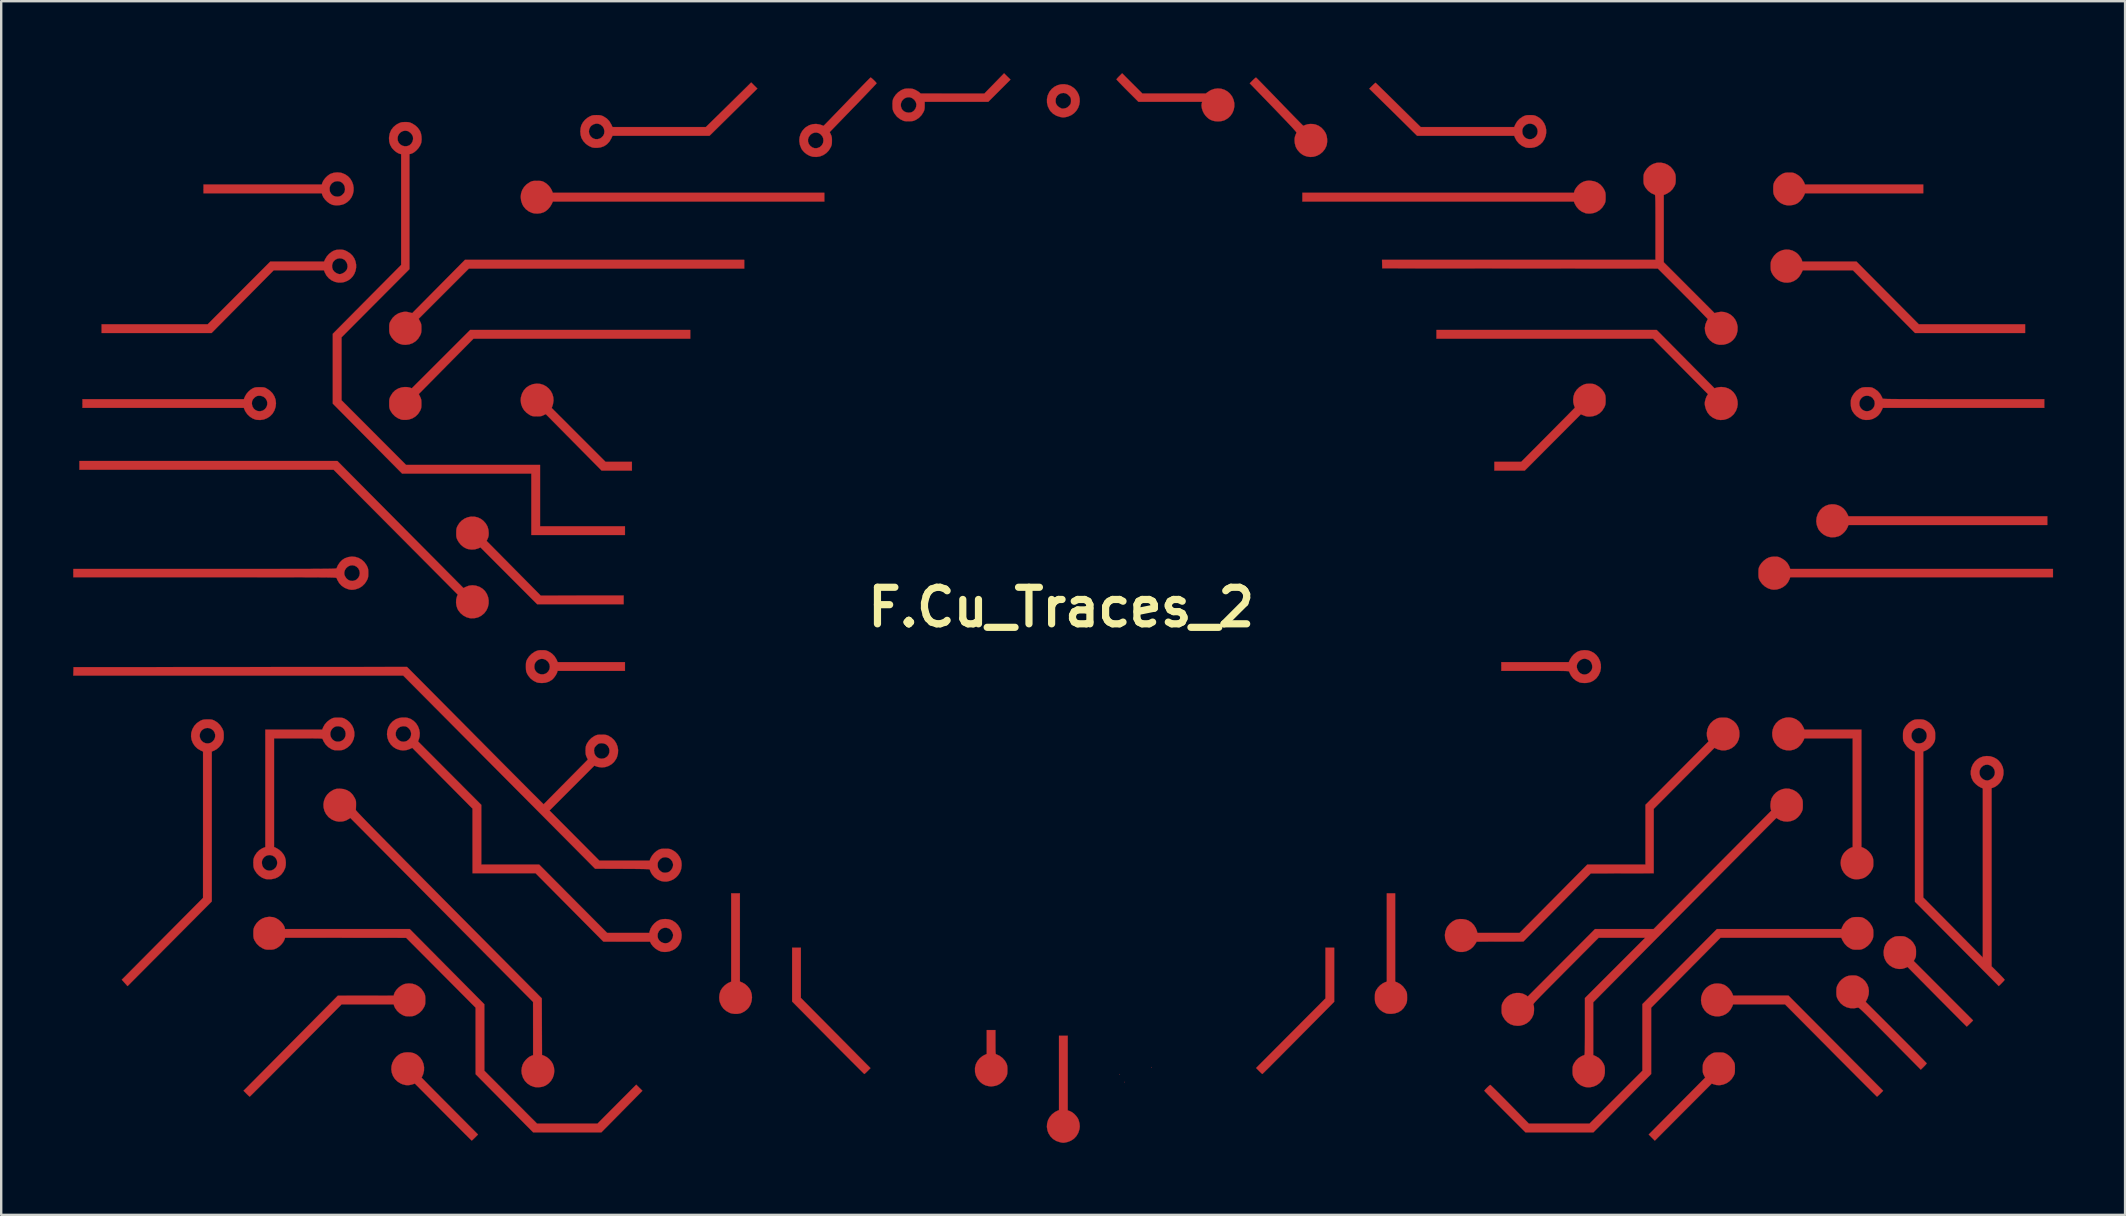
<source format=kicad_pcb>
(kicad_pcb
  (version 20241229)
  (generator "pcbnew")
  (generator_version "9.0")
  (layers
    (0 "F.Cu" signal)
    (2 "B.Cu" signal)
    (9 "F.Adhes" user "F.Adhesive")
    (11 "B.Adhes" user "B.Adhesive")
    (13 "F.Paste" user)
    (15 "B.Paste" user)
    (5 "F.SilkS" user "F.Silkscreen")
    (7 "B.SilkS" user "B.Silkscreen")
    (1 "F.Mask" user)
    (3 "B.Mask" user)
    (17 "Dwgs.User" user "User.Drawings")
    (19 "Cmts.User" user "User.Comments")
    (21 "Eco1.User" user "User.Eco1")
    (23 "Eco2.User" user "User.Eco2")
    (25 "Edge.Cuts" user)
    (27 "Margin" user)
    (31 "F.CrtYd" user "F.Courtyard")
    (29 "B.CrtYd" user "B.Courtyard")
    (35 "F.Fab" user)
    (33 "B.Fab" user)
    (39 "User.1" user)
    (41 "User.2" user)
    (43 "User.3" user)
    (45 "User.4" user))
  (footprint "F.Cu_Traces_2"
    (layer "F.Cu")
    (at 41.172 22.257)
    (property "Reference" "F.Cu_Traces_2" (at 0 0 180) (layer "F.SilkS") (effects (font (size 1.524 1.524) (thickness 0.3))))
    (attr through_hole)
    (fp_poly (pts (xy 2.449 19.458) (xy 2.44 19.467) (xy 2.431 19.458) (xy 2.44 19.449) (xy 2.449 19.458)) (stroke (width 0.01) (type solid)) (fill yes) (layer "F.Cu"))
    (fp_poly (pts (xy 2.649 19.785) (xy 2.64 19.794) (xy 2.631 19.785) (xy 2.64 19.776) (xy 2.649 19.785)) (stroke (width 0.01) (type solid)) (fill yes) (layer "F.Cu"))
    (fp_poly (pts (xy 3.774 19.168) (xy 3.765 19.177) (xy 3.756 19.168) (xy 3.765 19.159) (xy 3.774 19.168)) (stroke (width 0.01) (type solid)) (fill yes) (layer "F.Cu"))
    (fp_poly (pts (xy -10.849 16.277) (xy -7.948 19.204) (xy -8.069 19.327) (xy -8.123 19.38) (xy -8.167 19.421) (xy -8.196 19.445) (xy -8.203 19.449) (xy -8.217 19.437) (xy -8.255 19.4) (xy -8.316 19.34) (xy -8.397 19.26) (xy -8.497 19.16) (xy -8.615 19.042) (xy -8.749 18.909) (xy -8.897 18.76) (xy -9.058 18.599) (xy -9.23 18.426) (xy -9.412 18.243) (xy -9.602 18.052) (xy -9.714 17.939) (xy -11.212 16.428) (xy -11.212 15.308) (xy -11.212 14.188) (xy -10.849 14.188) (xy -10.849 16.277)) (stroke (width 0.01) (type solid)) (fill yes) (layer "F.Cu"))
    (fp_poly (pts (xy 11.376 16.441) (xy 9.885 17.945) (xy 9.692 18.14) (xy 9.506 18.327) (xy 9.329 18.505) (xy 9.162 18.673) (xy 9.007 18.829) (xy 8.865 18.971) (xy 8.739 19.098) (xy 8.629 19.208) (xy 8.537 19.299) (xy 8.465 19.37) (xy 8.415 19.419) (xy 8.388 19.445) (xy 8.383 19.449) (xy 8.366 19.437) (xy 8.33 19.405) (xy 8.281 19.357) (xy 8.248 19.324) (xy 8.123 19.199) (xy 9.568 17.748) (xy 11.013 16.298) (xy 11.013 14.188) (xy 11.376 14.188) (xy 11.376 16.441)) (stroke (width 0.01) (type solid)) (fill yes) (layer "F.Cu"))
    (fp_poly (pts (xy 32.241 -4.287) (xy 32.372 -4.254) (xy 32.496 -4.195) (xy 32.607 -4.109) (xy 32.701 -3.996) (xy 32.752 -3.905) (xy 32.806 -3.792) (xy 41.094 -3.792) (xy 41.094 -3.429) (xy 32.809 -3.429) (xy 32.766 -3.325) (xy 32.712 -3.227) (xy 32.635 -3.132) (xy 32.545 -3.048) (xy 32.451 -2.984) (xy 32.403 -2.963) (xy 32.254 -2.923) (xy 32.103 -2.917) (xy 32.044 -2.923) (xy 31.91 -2.958) (xy 31.782 -3.023) (xy 31.669 -3.113) (xy 31.577 -3.221) (xy 31.544 -3.278) (xy 31.487 -3.429) (xy 31.465 -3.583) (xy 31.48 -3.737) (xy 31.53 -3.89) (xy 31.544 -3.918) (xy 31.626 -4.047) (xy 31.728 -4.149) (xy 31.845 -4.224) (xy 31.973 -4.272) (xy 32.106 -4.293) (xy 32.241 -4.287)) (stroke (width 0.01) (type solid)) (fill yes) (layer "F.Cu"))
    (fp_poly (pts (xy -13.389 15.596) (xy -13.288 15.638) (xy -13.185 15.696) (xy -13.086 15.78) (xy -13 15.879) (xy -12.941 15.977) (xy -12.898 16.115) (xy -12.884 16.262) (xy -12.901 16.411) (xy -12.946 16.553) (xy -13.018 16.678) (xy -13.097 16.763) (xy -13.199 16.841) (xy -13.31 16.9) (xy -13.363 16.919) (xy -13.482 16.942) (xy -13.61 16.944) (xy -13.734 16.926) (xy -13.809 16.903) (xy -13.955 16.825) (xy -14.073 16.725) (xy -14.163 16.602) (xy -14.224 16.458) (xy -14.244 16.375) (xy -14.252 16.255) (xy -14.239 16.127) (xy -14.205 16.007) (xy -14.185 15.96) (xy -14.121 15.863) (xy -14.034 15.77) (xy -13.936 15.692) (xy -13.861 15.649) (xy -13.752 15.601) (xy -13.752 11.92) (xy -13.389 11.92) (xy -13.389 15.596)) (stroke (width 0.01) (type solid)) (fill yes) (layer "F.Cu"))
    (fp_poly (pts (xy 0.272 20.965) (xy 0.367 20.998) (xy 0.456 21.044) (xy 0.546 21.115) (xy 0.628 21.203) (xy 0.693 21.296) (xy 0.722 21.357) (xy 0.763 21.502) (xy 0.775 21.636) (xy 0.762 21.746) (xy 0.713 21.901) (xy 0.635 22.034) (xy 0.531 22.145) (xy 0.403 22.229) (xy 0.253 22.286) (xy 0.2 22.297) (xy 0.136 22.309) (xy 0.088 22.313) (xy 0.041 22.31) (xy -0.019 22.298) (xy -0.054 22.29) (xy -0.206 22.239) (xy -0.337 22.159) (xy -0.444 22.052) (xy -0.527 21.921) (xy -0.572 21.8) (xy -0.596 21.654) (xy -0.586 21.509) (xy -0.546 21.369) (xy -0.477 21.241) (xy -0.381 21.128) (xy -0.263 21.036) (xy -0.191 20.998) (xy -0.091 20.952) (xy -0.091 17.853) (xy 0.272 17.853) (xy 0.272 20.965)) (stroke (width 0.01) (type solid)) (fill yes) (layer "F.Cu"))
    (fp_poly (pts (xy -35.537 -6.096) (xy -30.163 -6.096) (xy -27.535 -3.448) (xy -24.908 -0.801) (xy -24.827 -0.844) (xy -24.687 -0.899) (xy -24.541 -0.918) (xy -24.391 -0.902) (xy -24.238 -0.85) (xy -24.233 -0.848) (xy -24.11 -0.772) (xy -24.01 -0.674) (xy -23.934 -0.557) (xy -23.883 -0.427) (xy -23.858 -0.289) (xy -23.86 -0.148) (xy -23.89 -0.009) (xy -23.948 0.122) (xy -24.036 0.241) (xy -24.045 0.251) (xy -24.167 0.352) (xy -24.303 0.421) (xy -24.452 0.456) (xy -24.61 0.457) (xy -24.654 0.451) (xy -24.791 0.411) (xy -24.92 0.34) (xy -25.033 0.243) (xy -25.124 0.126) (xy -25.16 0.058) (xy -25.199 -0.061) (xy -25.217 -0.191) (xy -25.212 -0.319) (xy -25.185 -0.433) (xy -25.185 -0.433) (xy -25.148 -0.531) (xy -27.734 -3.132) (xy -30.321 -5.733) (xy -40.912 -5.733) (xy -40.912 -6.096) (xy -35.537 -6.096)) (stroke (width 0.01) (type solid)) (fill yes) (layer "F.Cu"))
    (fp_poly (pts (xy -21.754 -17.77) (xy -21.69 -17.766) (xy -21.641 -17.757) (xy -21.595 -17.741) (xy -21.55 -17.72) (xy -21.448 -17.654) (xy -21.351 -17.563) (xy -21.271 -17.458) (xy -21.226 -17.373) (xy -21.184 -17.272) (xy -9.87 -17.272) (xy -9.87 -16.909) (xy -21.182 -16.909) (xy -21.234 -16.797) (xy -21.304 -16.682) (xy -21.397 -16.577) (xy -21.504 -16.494) (xy -21.564 -16.462) (xy -21.685 -16.423) (xy -21.82 -16.406) (xy -21.954 -16.413) (xy -22.045 -16.434) (xy -22.191 -16.5) (xy -22.313 -16.593) (xy -22.409 -16.71) (xy -22.455 -16.793) (xy -22.506 -16.945) (xy -22.523 -17.097) (xy -22.508 -17.246) (xy -22.461 -17.386) (xy -22.384 -17.513) (xy -22.279 -17.623) (xy -22.147 -17.712) (xy -22.144 -17.714) (xy -22.092 -17.74) (xy -22.048 -17.756) (xy -22.001 -17.766) (xy -21.942 -17.77) (xy -21.858 -17.771) (xy -21.844 -17.771) (xy -21.754 -17.77)) (stroke (width 0.01) (type solid)) (fill yes) (layer "F.Cu"))
    (fp_poly (pts (xy -21.714 -9.31) (xy -21.58 -9.27) (xy -21.459 -9.204) (xy -21.354 -9.116) (xy -21.267 -9.009) (xy -21.203 -8.887) (xy -21.165 -8.754) (xy -21.155 -8.612) (xy -21.178 -8.466) (xy -21.19 -8.425) (xy -21.231 -8.304) (xy -20.109 -7.182) (xy -18.987 -6.06) (xy -17.889 -6.06) (xy -17.889 -5.697) (xy -19.151 -5.697) (xy -20.315 -6.874) (xy -21.479 -8.051) (xy -21.576 -8.003) (xy -21.626 -7.981) (xy -21.672 -7.966) (xy -21.726 -7.959) (xy -21.799 -7.956) (xy -21.853 -7.956) (xy -21.939 -7.957) (xy -22.001 -7.961) (xy -22.048 -7.971) (xy -22.094 -7.988) (xy -22.144 -8.013) (xy -22.273 -8.1) (xy -22.379 -8.209) (xy -22.458 -8.337) (xy -22.507 -8.477) (xy -22.525 -8.626) (xy -22.514 -8.749) (xy -22.469 -8.904) (xy -22.395 -9.039) (xy -22.295 -9.151) (xy -22.169 -9.237) (xy -22.022 -9.296) (xy -22.007 -9.3) (xy -21.857 -9.321) (xy -21.714 -9.31)) (stroke (width 0.01) (type solid)) (fill yes) (layer "F.Cu"))
    (fp_poly (pts (xy 27.224 -9.127) (xy 27.313 -9.154) (xy 27.383 -9.169) (xy 27.466 -9.178) (xy 27.514 -9.18) (xy 27.665 -9.164) (xy 27.801 -9.119) (xy 27.919 -9.048) (xy 28.019 -8.956) (xy 28.098 -8.846) (xy 28.154 -8.724) (xy 28.186 -8.593) (xy 28.192 -8.457) (xy 28.17 -8.32) (xy 28.119 -8.186) (xy 28.037 -8.06) (xy 28.002 -8.02) (xy 27.889 -7.923) (xy 27.758 -7.854) (xy 27.616 -7.814) (xy 27.47 -7.804) (xy 27.327 -7.827) (xy 27.303 -7.835) (xy 27.157 -7.901) (xy 27.034 -7.994) (xy 26.937 -8.112) (xy 26.868 -8.253) (xy 26.831 -8.387) (xy 26.82 -8.462) (xy 26.82 -8.522) (xy 26.83 -8.589) (xy 26.84 -8.63) (xy 26.862 -8.704) (xy 26.889 -8.773) (xy 26.912 -8.817) (xy 26.955 -8.881) (xy 25.81 -10.037) (xy 24.665 -11.194) (xy 20.152 -11.194) (xy 15.639 -11.194) (xy 15.639 -11.557) (xy 24.816 -11.557) (xy 27.224 -9.127)) (stroke (width 0.01) (type solid)) (fill yes) (layer "F.Cu"))
    (fp_poly (pts (xy -24.454 -3.777) (xy -24.316 -3.746) (xy -24.185 -3.685) (xy -24.083 -3.608) (xy -23.978 -3.492) (xy -23.907 -3.367) (xy -23.867 -3.228) (xy -23.856 -3.089) (xy -23.86 -2.997) (xy -23.875 -2.924) (xy -23.899 -2.861) (xy -23.943 -2.765) (xy -21.69 -0.488) (xy -19.962 -0.489) (xy -18.234 -0.49) (xy -18.234 -0.127) (xy -21.836 -0.127) (xy -23.018 -1.311) (xy -24.199 -2.495) (xy -24.305 -2.45) (xy -24.433 -2.414) (xy -24.573 -2.405) (xy -24.712 -2.424) (xy -24.788 -2.448) (xy -24.906 -2.511) (xy -25.015 -2.603) (xy -25.106 -2.715) (xy -25.15 -2.791) (xy -25.178 -2.849) (xy -25.195 -2.898) (xy -25.205 -2.948) (xy -25.209 -3.012) (xy -25.209 -3.093) (xy -25.208 -3.182) (xy -25.203 -3.247) (xy -25.193 -3.299) (xy -25.174 -3.349) (xy -25.161 -3.379) (xy -25.082 -3.509) (xy -24.98 -3.615) (xy -24.862 -3.696) (xy -24.732 -3.751) (xy -24.594 -3.778) (xy -24.454 -3.777)) (stroke (width 0.01) (type solid)) (fill yes) (layer "F.Cu"))
    (fp_poly (pts (xy 22.056 -17.777) (xy 22.212 -17.752) (xy 22.353 -17.696) (xy 22.474 -17.609) (xy 22.575 -17.494) (xy 22.629 -17.402) (xy 22.655 -17.344) (xy 22.673 -17.297) (xy 22.682 -17.249) (xy 22.687 -17.188) (xy 22.688 -17.103) (xy 22.688 -17.091) (xy 22.687 -17.001) (xy 22.683 -16.937) (xy 22.674 -16.888) (xy 22.658 -16.842) (xy 22.637 -16.796) (xy 22.552 -16.664) (xy 22.444 -16.556) (xy 22.315 -16.475) (xy 22.171 -16.425) (xy 22.058 -16.409) (xy 21.966 -16.408) (xy 21.882 -16.416) (xy 21.843 -16.425) (xy 21.704 -16.483) (xy 21.58 -16.57) (xy 21.479 -16.683) (xy 21.406 -16.809) (xy 21.363 -16.909) (xy 15.707 -16.909) (xy 10.051 -16.909) (xy 10.051 -17.272) (xy 21.369 -17.272) (xy 21.381 -17.327) (xy 21.41 -17.4) (xy 21.461 -17.483) (xy 21.528 -17.566) (xy 21.602 -17.637) (xy 21.643 -17.667) (xy 21.748 -17.728) (xy 21.85 -17.763) (xy 21.962 -17.778) (xy 22.056 -17.777)) (stroke (width 0.01) (type solid)) (fill yes) (layer "F.Cu"))
    (fp_poly (pts (xy 30.336 -14.901) (xy 30.473 -14.866) (xy 30.602 -14.799) (xy 30.679 -14.739) (xy 30.74 -14.675) (xy 30.797 -14.599) (xy 30.843 -14.523) (xy 30.87 -14.458) (xy 30.871 -14.455) (xy 30.883 -14.405) (xy 33.143 -14.405) (xy 35.739 -11.793) (xy 40.168 -11.793) (xy 40.168 -11.43) (xy 35.581 -11.43) (xy 34.287 -12.736) (xy 32.994 -14.043) (xy 30.903 -14.043) (xy 30.836 -13.908) (xy 30.754 -13.777) (xy 30.652 -13.673) (xy 30.535 -13.598) (xy 30.409 -13.549) (xy 30.276 -13.528) (xy 30.141 -13.534) (xy 30.01 -13.567) (xy 29.885 -13.627) (xy 29.772 -13.715) (xy 29.674 -13.829) (xy 29.614 -13.931) (xy 29.591 -13.984) (xy 29.576 -14.032) (xy 29.568 -14.087) (xy 29.565 -14.16) (xy 29.564 -14.215) (xy 29.565 -14.302) (xy 29.569 -14.363) (xy 29.579 -14.413) (xy 29.597 -14.461) (xy 29.623 -14.518) (xy 29.705 -14.647) (xy 29.808 -14.752) (xy 29.928 -14.831) (xy 30.059 -14.883) (xy 30.197 -14.907) (xy 30.336 -14.901)) (stroke (width 0.01) (type solid)) (fill yes) (layer "F.Cu"))
    (fp_poly (pts (xy 29.807 -2.11) (xy 29.864 -2.104) (xy 29.915 -2.089) (xy 29.976 -2.063) (xy 30.021 -2.04) (xy 30.154 -1.955) (xy 30.258 -1.85) (xy 30.332 -1.727) (xy 30.347 -1.688) (xy 30.38 -1.597) (xy 41.329 -1.597) (xy 41.329 -1.252) (xy 30.38 -1.252) (xy 30.347 -1.161) (xy 30.285 -1.038) (xy 30.196 -0.932) (xy 30.084 -0.844) (xy 29.957 -0.78) (xy 29.821 -0.742) (xy 29.681 -0.733) (xy 29.596 -0.744) (xy 29.454 -0.791) (xy 29.324 -0.869) (xy 29.21 -0.972) (xy 29.122 -1.095) (xy 29.109 -1.12) (xy 29.085 -1.17) (xy 29.07 -1.213) (xy 29.061 -1.26) (xy 29.057 -1.321) (xy 29.056 -1.406) (xy 29.056 -1.424) (xy 29.057 -1.515) (xy 29.06 -1.579) (xy 29.068 -1.628) (xy 29.082 -1.671) (xy 29.104 -1.719) (xy 29.109 -1.73) (xy 29.177 -1.834) (xy 29.267 -1.931) (xy 29.37 -2.013) (xy 29.476 -2.069) (xy 29.477 -2.069) (xy 29.564 -2.096) (xy 29.66 -2.108) (xy 29.731 -2.111) (xy 29.807 -2.11)) (stroke (width 0.01) (type solid)) (fill yes) (layer "F.Cu"))
    (fp_poly (pts (xy 13.916 15.596) (xy 14.015 15.638) (xy 14.136 15.706) (xy 14.245 15.802) (xy 14.334 15.92) (xy 14.352 15.951) (xy 14.38 16.004) (xy 14.398 16.048) (xy 14.409 16.092) (xy 14.413 16.148) (xy 14.414 16.226) (xy 14.415 16.256) (xy 14.414 16.345) (xy 14.41 16.408) (xy 14.401 16.457) (xy 14.385 16.504) (xy 14.36 16.559) (xy 14.356 16.567) (xy 14.271 16.701) (xy 14.165 16.806) (xy 14.039 16.881) (xy 13.893 16.926) (xy 13.77 16.94) (xy 13.665 16.939) (xy 13.578 16.929) (xy 13.54 16.92) (xy 13.394 16.854) (xy 13.27 16.76) (xy 13.17 16.639) (xy 13.12 16.548) (xy 13.097 16.497) (xy 13.083 16.449) (xy 13.076 16.395) (xy 13.072 16.323) (xy 13.072 16.256) (xy 13.073 16.167) (xy 13.077 16.104) (xy 13.086 16.055) (xy 13.101 16.011) (xy 13.126 15.96) (xy 13.196 15.852) (xy 13.291 15.753) (xy 13.399 15.674) (xy 13.47 15.638) (xy 13.571 15.596) (xy 13.571 11.92) (xy 13.916 11.92) (xy 13.916 15.596)) (stroke (width 0.01) (type solid)) (fill yes) (layer "F.Cu"))
    (fp_poly (pts (xy -19.027 -14.478) (xy -13.208 -14.478) (xy -13.208 -14.115) (xy -24.683 -14.115) (xy -26.775 -12.023) (xy -26.718 -11.913) (xy -26.692 -11.858) (xy -26.675 -11.813) (xy -26.666 -11.764) (xy -26.662 -11.701) (xy -26.661 -11.62) (xy -26.662 -11.531) (xy -26.667 -11.467) (xy -26.678 -11.415) (xy -26.696 -11.365) (xy -26.71 -11.335) (xy -26.792 -11.2) (xy -26.898 -11.09) (xy -27.023 -11.009) (xy -27.166 -10.957) (xy -27.321 -10.937) (xy -27.438 -10.944) (xy -27.574 -10.979) (xy -27.702 -11.045) (xy -27.816 -11.139) (xy -27.909 -11.254) (xy -27.955 -11.336) (xy -27.978 -11.388) (xy -27.992 -11.436) (xy -28 -11.49) (xy -28.003 -11.561) (xy -28.003 -11.63) (xy -28.003 -11.719) (xy -27.999 -11.782) (xy -27.99 -11.831) (xy -27.974 -11.875) (xy -27.951 -11.924) (xy -27.864 -12.058) (xy -27.752 -12.167) (xy -27.619 -12.248) (xy -27.468 -12.298) (xy -27.438 -12.304) (xy -27.364 -12.314) (xy -27.304 -12.316) (xy -27.24 -12.307) (xy -27.176 -12.292) (xy -27.042 -12.26) (xy -24.847 -14.478) (xy -19.027 -14.478)) (stroke (width 0.01) (type solid)) (fill yes) (layer "F.Cu"))
    (fp_poly (pts (xy 30.42 -18.115) (xy 30.481 -18.11) (xy 30.532 -18.098) (xy 30.584 -18.078) (xy 30.629 -18.056) (xy 30.758 -17.973) (xy 30.865 -17.865) (xy 30.945 -17.737) (xy 30.954 -17.718) (xy 30.997 -17.617) (xy 33.46 -17.617) (xy 35.923 -17.617) (xy 35.923 -17.254) (xy 33.46 -17.254) (xy 30.997 -17.253) (xy 30.953 -17.152) (xy 30.887 -17.037) (xy 30.797 -16.931) (xy 30.692 -16.845) (xy 30.631 -16.81) (xy 30.518 -16.77) (xy 30.388 -16.75) (xy 30.257 -16.751) (xy 30.137 -16.774) (xy 30.123 -16.779) (xy 29.978 -16.848) (xy 29.857 -16.945) (xy 29.76 -17.069) (xy 29.72 -17.144) (xy 29.698 -17.195) (xy 29.684 -17.243) (xy 29.676 -17.298) (xy 29.673 -17.371) (xy 29.673 -17.435) (xy 29.674 -17.526) (xy 29.678 -17.591) (xy 29.688 -17.643) (xy 29.704 -17.69) (xy 29.721 -17.73) (xy 29.793 -17.845) (xy 29.891 -17.951) (xy 30.007 -18.036) (xy 30.054 -18.062) (xy 30.11 -18.088) (xy 30.159 -18.104) (xy 30.214 -18.112) (xy 30.285 -18.115) (xy 30.335 -18.116) (xy 30.42 -18.115)) (stroke (width 0.01) (type solid)) (fill yes) (layer "F.Cu"))
    (fp_poly (pts (xy 2.962 -21.83) (xy 3.384 -21.409) (xy 6.027 -21.409) (xy 6.096 -21.463) (xy 6.231 -21.549) (xy 6.373 -21.601) (xy 6.52 -21.621) (xy 6.666 -21.61) (xy 6.806 -21.566) (xy 6.936 -21.491) (xy 7.032 -21.405) (xy 7.124 -21.283) (xy 7.184 -21.149) (xy 7.215 -21.01) (xy 7.216 -20.868) (xy 7.189 -20.73) (xy 7.136 -20.6) (xy 7.057 -20.483) (xy 6.953 -20.383) (xy 6.825 -20.306) (xy 6.776 -20.285) (xy 6.663 -20.257) (xy 6.534 -20.248) (xy 6.406 -20.257) (xy 6.3 -20.283) (xy 6.215 -20.319) (xy 6.144 -20.363) (xy 6.074 -20.424) (xy 6.017 -20.484) (xy 5.95 -20.577) (xy 5.897 -20.684) (xy 5.862 -20.796) (xy 5.847 -20.904) (xy 5.856 -20.997) (xy 5.858 -21.005) (xy 5.876 -21.064) (xy 3.22 -21.064) (xy 2.762 -21.522) (xy 2.656 -21.628) (xy 2.559 -21.727) (xy 2.474 -21.815) (xy 2.402 -21.889) (xy 2.349 -21.946) (xy 2.315 -21.984) (xy 2.304 -21.999) (xy 2.316 -22.019) (xy 2.349 -22.058) (xy 2.396 -22.108) (xy 2.422 -22.134) (xy 2.54 -22.252) (xy 2.962 -21.83)) (stroke (width 0.01) (type solid)) (fill yes) (layer "F.Cu"))
    (fp_poly (pts (xy -15.458 -11.194) (xy -24.49 -11.194) (xy -25.631 -10.041) (xy -26.771 -8.887) (xy -26.716 -8.776) (xy -26.69 -8.72) (xy -26.674 -8.673) (xy -26.665 -8.622) (xy -26.662 -8.557) (xy -26.661 -8.482) (xy -26.662 -8.395) (xy -26.666 -8.332) (xy -26.677 -8.282) (xy -26.694 -8.234) (xy -26.714 -8.192) (xy -26.798 -8.061) (xy -26.906 -7.954) (xy -27.035 -7.874) (xy -27.179 -7.825) (xy -27.291 -7.81) (xy -27.368 -7.809) (xy -27.44 -7.812) (xy -27.491 -7.82) (xy -27.632 -7.874) (xy -27.761 -7.958) (xy -27.87 -8.067) (xy -27.952 -8.196) (xy -27.953 -8.197) (xy -27.976 -8.248) (xy -27.991 -8.293) (xy -27.999 -8.344) (xy -28.003 -8.411) (xy -28.003 -8.491) (xy -28.003 -8.58) (xy -27.999 -8.643) (xy -27.99 -8.692) (xy -27.974 -8.739) (xy -27.949 -8.794) (xy -27.945 -8.802) (xy -27.86 -8.936) (xy -27.753 -9.041) (xy -27.625 -9.118) (xy -27.479 -9.164) (xy -27.369 -9.177) (xy -27.252 -9.176) (xy -27.162 -9.161) (xy -27.142 -9.155) (xy -27.06 -9.127) (xy -25.844 -10.342) (xy -24.629 -11.557) (xy -15.458 -11.557) (xy -15.458 -11.194)) (stroke (width 0.01) (type solid)) (fill yes) (layer "F.Cu"))
    (fp_poly (pts (xy -2.74 18.116) (xy -2.739 18.264) (xy -2.739 18.38) (xy -2.737 18.468) (xy -2.735 18.532) (xy -2.732 18.575) (xy -2.727 18.603) (xy -2.72 18.618) (xy -2.711 18.625) (xy -2.708 18.626) (xy -2.568 18.691) (xy -2.445 18.782) (xy -2.345 18.895) (xy -2.289 18.991) (xy -2.266 19.045) (xy -2.252 19.095) (xy -2.244 19.151) (xy -2.241 19.226) (xy -2.241 19.277) (xy -2.242 19.366) (xy -2.247 19.431) (xy -2.258 19.482) (xy -2.276 19.533) (xy -2.289 19.561) (xy -2.36 19.678) (xy -2.454 19.782) (xy -2.563 19.865) (xy -2.68 19.924) (xy -2.777 19.948) (xy -2.835 19.956) (xy -2.883 19.963) (xy -2.894 19.965) (xy -2.932 19.965) (xy -2.99 19.96) (xy -3.028 19.954) (xy -3.16 19.921) (xy -3.275 19.862) (xy -3.381 19.777) (xy -3.482 19.657) (xy -3.552 19.521) (xy -3.59 19.371) (xy -3.593 19.21) (xy -3.589 19.174) (xy -3.554 19.036) (xy -3.487 18.907) (xy -3.392 18.793) (xy -3.276 18.701) (xy -3.207 18.663) (xy -3.102 18.614) (xy -3.102 17.617) (xy -2.74 17.617) (xy -2.74 18.116)) (stroke (width 0.01) (type solid)) (fill yes) (layer "F.Cu"))
    (fp_poly (pts (xy 27.509 15.694) (xy 27.63 15.734) (xy 27.635 15.736) (xy 27.737 15.802) (xy 27.834 15.892) (xy 27.915 15.998) (xy 27.96 16.081) (xy 28.003 16.183) (xy 29.156 16.182) (xy 30.308 16.182) (xy 34.252 20.148) (xy 34.131 20.27) (xy 34.077 20.323) (xy 34.033 20.364) (xy 34.004 20.389) (xy 33.997 20.393) (xy 33.983 20.38) (xy 33.945 20.343) (xy 33.884 20.283) (xy 33.802 20.202) (xy 33.7 20.1) (xy 33.579 19.98) (xy 33.441 19.842) (xy 33.288 19.689) (xy 33.12 19.521) (xy 32.94 19.34) (xy 32.748 19.147) (xy 32.546 18.944) (xy 32.335 18.733) (xy 32.117 18.514) (xy 32.074 18.469) (xy 30.163 16.546) (xy 29.082 16.546) (xy 28.001 16.546) (xy 27.962 16.642) (xy 27.89 16.772) (xy 27.795 16.878) (xy 27.682 16.959) (xy 27.557 17.015) (xy 27.423 17.045) (xy 27.285 17.047) (xy 27.15 17.023) (xy 27.02 16.97) (xy 26.902 16.889) (xy 26.814 16.797) (xy 26.732 16.666) (xy 26.682 16.526) (xy 26.663 16.383) (xy 26.674 16.24) (xy 26.714 16.104) (xy 26.781 15.977) (xy 26.874 15.866) (xy 26.992 15.774) (xy 27.118 15.711) (xy 27.24 15.682) (xy 27.374 15.677) (xy 27.509 15.694)) (stroke (width 0.01) (type solid)) (fill yes) (layer "F.Cu"))
    (fp_poly (pts (xy -27.114 18.55) (xy -26.988 18.578) (xy -26.872 18.633) (xy -26.817 18.67) (xy -26.712 18.768) (xy -26.631 18.887) (xy -26.576 19.022) (xy -26.55 19.165) (xy -26.553 19.311) (xy -26.587 19.452) (xy -26.605 19.495) (xy -26.653 19.602) (xy -26.439 19.82) (xy -26.391 19.869) (xy -26.32 19.942) (xy -26.228 20.034) (xy -26.119 20.145) (xy -25.994 20.27) (xy -25.857 20.409) (xy -25.71 20.557) (xy -25.555 20.712) (xy -25.396 20.872) (xy -25.264 21.005) (xy -24.303 21.971) (xy -24.429 22.098) (xy -24.484 22.151) (xy -24.528 22.194) (xy -24.557 22.219) (xy -24.565 22.223) (xy -24.579 22.21) (xy -24.616 22.174) (xy -24.676 22.115) (xy -24.756 22.035) (xy -24.854 21.938) (xy -24.969 21.823) (xy -25.098 21.693) (xy -25.24 21.551) (xy -25.394 21.396) (xy -25.557 21.233) (xy -25.727 21.061) (xy -25.754 21.035) (xy -26.933 19.848) (xy -27.051 19.886) (xy -27.185 19.915) (xy -27.316 19.911) (xy -27.451 19.876) (xy -27.535 19.839) (xy -27.664 19.757) (xy -27.767 19.653) (xy -27.844 19.533) (xy -27.893 19.401) (xy -27.915 19.262) (xy -27.907 19.12) (xy -27.87 18.981) (xy -27.802 18.849) (xy -27.71 18.736) (xy -27.607 18.648) (xy -27.499 18.589) (xy -27.378 18.556) (xy -27.26 18.545) (xy -27.114 18.55)) (stroke (width 0.01) (type solid)) (fill yes) (layer "F.Cu"))
    (fp_poly (pts (xy 35.039 13.708) (xy 35.101 13.712) (xy 35.151 13.722) (xy 35.199 13.74) (xy 35.254 13.766) (xy 35.387 13.851) (xy 35.495 13.962) (xy 35.575 14.094) (xy 35.598 14.148) (xy 35.613 14.197) (xy 35.62 14.254) (xy 35.623 14.329) (xy 35.623 14.378) (xy 35.622 14.466) (xy 35.618 14.528) (xy 35.608 14.576) (xy 35.591 14.619) (xy 35.576 14.65) (xy 35.528 14.741) (xy 36.764 15.979) (xy 38 17.217) (xy 37.873 17.344) (xy 37.819 17.398) (xy 37.774 17.441) (xy 37.745 17.467) (xy 37.737 17.472) (xy 37.723 17.459) (xy 37.686 17.422) (xy 37.626 17.363) (xy 37.546 17.284) (xy 37.448 17.186) (xy 37.333 17.07) (xy 37.203 16.94) (xy 37.06 16.796) (xy 36.905 16.64) (xy 36.741 16.475) (xy 36.568 16.301) (xy 36.498 16.23) (xy 35.269 14.988) (xy 35.183 15.026) (xy 35.051 15.066) (xy 34.913 15.073) (xy 34.775 15.05) (xy 34.642 14.998) (xy 34.522 14.921) (xy 34.419 14.819) (xy 34.379 14.764) (xy 34.318 14.646) (xy 34.283 14.523) (xy 34.273 14.382) (xy 34.275 14.332) (xy 34.3 14.178) (xy 34.358 14.038) (xy 34.446 13.917) (xy 34.562 13.818) (xy 34.65 13.766) (xy 34.709 13.738) (xy 34.757 13.721) (xy 34.807 13.712) (xy 34.871 13.708) (xy 34.952 13.707) (xy 35.039 13.708)) (stroke (width 0.01) (type solid)) (fill yes) (layer "F.Cu"))
    (fp_poly (pts (xy 22.101 -9.315) (xy 22.163 -9.308) (xy 22.217 -9.295) (xy 22.276 -9.271) (xy 22.298 -9.26) (xy 22.428 -9.18) (xy 22.54 -9.075) (xy 22.625 -8.953) (xy 22.636 -8.931) (xy 22.66 -8.879) (xy 22.675 -8.833) (xy 22.683 -8.783) (xy 22.687 -8.716) (xy 22.688 -8.636) (xy 22.687 -8.547) (xy 22.683 -8.484) (xy 22.674 -8.435) (xy 22.658 -8.388) (xy 22.633 -8.333) (xy 22.629 -8.325) (xy 22.544 -8.191) (xy 22.437 -8.086) (xy 22.309 -8.009) (xy 22.163 -7.963) (xy 22.051 -7.95) (xy 21.968 -7.948) (xy 21.905 -7.954) (xy 21.844 -7.969) (xy 21.78 -7.993) (xy 21.656 -8.042) (xy 20.487 -6.87) (xy 19.318 -5.697) (xy 18.052 -5.697) (xy 18.052 -6.06) (xy 19.168 -6.06) (xy 20.021 -6.917) (xy 20.175 -7.072) (xy 20.329 -7.227) (xy 20.48 -7.379) (xy 20.623 -7.524) (xy 20.757 -7.659) (xy 20.878 -7.781) (xy 20.983 -7.887) (xy 21.07 -7.974) (xy 21.134 -8.039) (xy 21.141 -8.047) (xy 21.408 -8.319) (xy 21.37 -8.418) (xy 21.342 -8.534) (xy 21.336 -8.663) (xy 21.352 -8.794) (xy 21.388 -8.912) (xy 21.397 -8.932) (xy 21.481 -9.062) (xy 21.592 -9.172) (xy 21.726 -9.256) (xy 21.731 -9.258) (xy 21.796 -9.287) (xy 21.85 -9.304) (xy 21.907 -9.313) (xy 21.982 -9.316) (xy 22.016 -9.316) (xy 22.101 -9.315)) (stroke (width 0.01) (type solid)) (fill yes) (layer "F.Cu"))
    (fp_poly (pts (xy 27.495 18.552) (xy 27.56 18.555) (xy 27.609 18.563) (xy 27.652 18.577) (xy 27.7 18.599) (xy 27.709 18.604) (xy 27.825 18.68) (xy 27.929 18.784) (xy 28.014 18.906) (xy 28.025 18.925) (xy 28.048 18.972) (xy 28.063 19.013) (xy 28.071 19.059) (xy 28.075 19.12) (xy 28.076 19.206) (xy 28.076 19.222) (xy 28.075 19.314) (xy 28.072 19.379) (xy 28.063 19.429) (xy 28.049 19.473) (xy 28.027 19.522) (xy 28.026 19.523) (xy 27.946 19.65) (xy 27.842 19.755) (xy 27.722 19.835) (xy 27.589 19.889) (xy 27.449 19.915) (xy 27.308 19.909) (xy 27.179 19.874) (xy 27.111 19.847) (xy 25.924 21.037) (xy 24.738 22.227) (xy 24.611 22.099) (xy 24.484 21.971) (xy 25.119 21.331) (xy 25.27 21.179) (xy 25.435 21.013) (xy 25.607 20.839) (xy 25.781 20.664) (xy 25.95 20.494) (xy 26.108 20.335) (xy 26.249 20.193) (xy 26.295 20.146) (xy 26.837 19.6) (xy 26.785 19.502) (xy 26.761 19.452) (xy 26.746 19.408) (xy 26.737 19.359) (xy 26.734 19.292) (xy 26.734 19.222) (xy 26.735 19.133) (xy 26.74 19.068) (xy 26.75 19.017) (xy 26.769 18.967) (xy 26.782 18.938) (xy 26.864 18.804) (xy 26.975 18.69) (xy 27.092 18.613) (xy 27.144 18.585) (xy 27.186 18.568) (xy 27.229 18.557) (xy 27.283 18.553) (xy 27.359 18.551) (xy 27.405 18.551) (xy 27.495 18.552)) (stroke (width 0.01) (type solid)) (fill yes) (layer "F.Cu"))
    (fp_poly (pts (xy -30.031 -18.111) (xy -29.98 -18.099) (xy -29.839 -18.042) (xy -29.721 -17.961) (xy -29.627 -17.861) (xy -29.556 -17.745) (xy -29.509 -17.619) (xy -29.486 -17.487) (xy -29.488 -17.352) (xy -29.516 -17.22) (xy -29.568 -17.095) (xy -29.647 -16.981) (xy -29.752 -16.883) (xy -29.873 -16.809) (xy -29.979 -16.773) (xy -30.104 -16.752) (xy -30.231 -16.75) (xy -30.346 -16.765) (xy -30.374 -16.773) (xy -30.478 -16.821) (xy -30.579 -16.894) (xy -30.671 -16.984) (xy -30.744 -17.082) (xy -30.791 -17.181) (xy -30.792 -17.185) (xy -30.812 -17.254) (xy -35.741 -17.254) (xy -35.741 -17.406) (xy -30.489 -17.406) (xy -30.469 -17.314) (xy -30.422 -17.231) (xy -30.35 -17.163) (xy -30.321 -17.146) (xy -30.235 -17.117) (xy -30.138 -17.111) (xy -30.05 -17.128) (xy -29.985 -17.166) (xy -29.921 -17.224) (xy -29.872 -17.29) (xy -29.871 -17.294) (xy -29.855 -17.341) (xy -29.846 -17.405) (xy -29.845 -17.435) (xy -29.861 -17.542) (xy -29.905 -17.63) (xy -29.971 -17.699) (xy -30.055 -17.743) (xy -30.151 -17.76) (xy -30.253 -17.746) (xy -30.312 -17.723) (xy -30.395 -17.665) (xy -30.452 -17.589) (xy -30.483 -17.5) (xy -30.489 -17.406) (xy -35.741 -17.406) (xy -35.741 -17.617) (xy -30.815 -17.617) (xy -30.783 -17.707) (xy -30.738 -17.794) (xy -30.669 -17.885) (xy -30.585 -17.969) (xy -30.494 -18.037) (xy -30.447 -18.063) (xy -30.317 -18.107) (xy -30.174 -18.123) (xy -30.031 -18.111)) (stroke (width 0.01) (type solid)) (fill yes) (layer "F.Cu"))
    (fp_poly (pts (xy -33.312 -9.17) (xy -33.249 -9.167) (xy -33.202 -9.158) (xy -33.159 -9.143) (xy -33.114 -9.12) (xy -32.976 -9.029) (xy -32.867 -8.919) (xy -32.787 -8.791) (xy -32.738 -8.652) (xy -32.721 -8.504) (xy -32.737 -8.351) (xy -32.788 -8.198) (xy -32.79 -8.194) (xy -32.867 -8.066) (xy -32.97 -7.961) (xy -33.093 -7.88) (xy -33.23 -7.827) (xy -33.377 -7.804) (xy -33.528 -7.813) (xy -33.569 -7.821) (xy -33.689 -7.866) (xy -33.805 -7.94) (xy -33.907 -8.035) (xy -33.987 -8.145) (xy -34.019 -8.208) (xy -34.061 -8.309) (xy -40.785 -8.309) (xy -40.785 -8.499) (xy -33.726 -8.499) (xy -33.724 -8.465) (xy -33.699 -8.363) (xy -33.647 -8.279) (xy -33.574 -8.216) (xy -33.486 -8.178) (xy -33.389 -8.168) (xy -33.288 -8.19) (xy -33.264 -8.201) (xy -33.179 -8.261) (xy -33.119 -8.341) (xy -33.086 -8.435) (xy -33.083 -8.535) (xy -33.106 -8.622) (xy -33.164 -8.712) (xy -33.244 -8.776) (xy -33.341 -8.81) (xy -33.364 -8.813) (xy -33.452 -8.816) (xy -33.52 -8.801) (xy -33.581 -8.765) (xy -33.617 -8.735) (xy -33.682 -8.663) (xy -33.717 -8.588) (xy -33.726 -8.499) (xy -40.785 -8.499) (xy -40.785 -8.672) (xy -34.061 -8.672) (xy -34.019 -8.773) (xy -33.959 -8.881) (xy -33.875 -8.983) (xy -33.776 -9.07) (xy -33.695 -9.121) (xy -33.644 -9.144) (xy -33.598 -9.159) (xy -33.547 -9.167) (xy -33.48 -9.171) (xy -33.401 -9.171) (xy -33.312 -9.17)) (stroke (width 0.01) (type solid)) (fill yes) (layer "F.Cu"))
    (fp_poly (pts (xy -32.849 12.912) (xy -32.821 12.918) (xy -32.718 12.956) (xy -32.615 13.019) (xy -32.52 13.099) (xy -32.44 13.19) (xy -32.382 13.284) (xy -32.358 13.353) (xy -32.346 13.408) (xy -27.148 13.408) (xy -24.039 16.543) (xy -24.039 17.928) (xy -24.038 19.313) (xy -22.94 20.415) (xy -21.842 21.517) (xy -19.324 21.517) (xy -18.517 20.706) (xy -17.709 19.894) (xy -17.581 20.021) (xy -17.453 20.149) (xy -18.307 21.015) (xy -19.162 21.88) (xy -22.004 21.88) (xy -23.202 20.669) (xy -24.401 19.458) (xy -24.402 18.072) (xy -24.402 16.685) (xy -25.849 15.23) (xy -27.296 13.775) (xy -29.818 13.772) (xy -32.34 13.77) (xy -32.372 13.861) (xy -32.421 13.955) (xy -32.495 14.049) (xy -32.586 14.135) (xy -32.685 14.202) (xy -32.716 14.217) (xy -32.778 14.243) (xy -32.833 14.259) (xy -32.894 14.267) (xy -32.975 14.269) (xy -32.993 14.269) (xy -33.077 14.268) (xy -33.139 14.262) (xy -33.193 14.248) (xy -33.252 14.224) (xy -33.278 14.212) (xy -33.413 14.128) (xy -33.526 14.018) (xy -33.611 13.887) (xy -33.613 13.883) (xy -33.637 13.832) (xy -33.652 13.786) (xy -33.66 13.736) (xy -33.663 13.669) (xy -33.664 13.589) (xy -33.663 13.5) (xy -33.659 13.436) (xy -33.65 13.387) (xy -33.634 13.341) (xy -33.611 13.29) (xy -33.527 13.158) (xy -33.419 13.051) (xy -33.293 12.971) (xy -33.152 12.919) (xy -33.003 12.898) (xy -32.849 12.912)) (stroke (width 0.01) (type solid)) (fill yes) (layer "F.Cu"))
    (fp_poly (pts (xy 0.273 -21.774) (xy 0.408 -21.721) (xy 0.532 -21.637) (xy 0.572 -21.6) (xy 0.669 -21.48) (xy 0.734 -21.349) (xy 0.768 -21.213) (xy 0.774 -21.074) (xy 0.752 -20.939) (xy 0.704 -20.809) (xy 0.631 -20.691) (xy 0.535 -20.589) (xy 0.417 -20.506) (xy 0.278 -20.448) (xy 0.2 -20.429) (xy 0.136 -20.418) (xy 0.088 -20.414) (xy 0.041 -20.417) (xy -0.019 -20.428) (xy -0.054 -20.436) (xy -0.206 -20.487) (xy -0.337 -20.567) (xy -0.445 -20.674) (xy -0.487 -20.733) (xy -0.556 -20.875) (xy -0.591 -21.024) (xy -0.592 -21.109) (xy -0.236 -21.109) (xy -0.221 -21.005) (xy -0.175 -20.917) (xy -0.097 -20.845) (xy 0.013 -20.787) (xy 0.018 -20.785) (xy 0.065 -20.78) (xy 0.129 -20.787) (xy 0.196 -20.804) (xy 0.243 -20.824) (xy 0.287 -20.858) (xy 0.335 -20.906) (xy 0.352 -20.925) (xy 0.384 -20.969) (xy 0.401 -21.01) (xy 0.407 -21.063) (xy 0.408 -21.109) (xy 0.406 -21.177) (xy 0.396 -21.224) (xy 0.374 -21.264) (xy 0.352 -21.293) (xy 0.27 -21.374) (xy 0.181 -21.42) (xy 0.093 -21.434) (xy -0.012 -21.419) (xy -0.102 -21.373) (xy -0.173 -21.303) (xy -0.22 -21.213) (xy -0.236 -21.109) (xy -0.592 -21.109) (xy -0.593 -21.177) (xy -0.562 -21.327) (xy -0.496 -21.47) (xy -0.487 -21.485) (xy -0.392 -21.603) (xy -0.277 -21.694) (xy -0.149 -21.757) (xy -0.011 -21.792) (xy 0.132 -21.798) (xy 0.273 -21.774)) (stroke (width 0.01) (type solid)) (fill yes) (layer "F.Cu"))
    (fp_poly (pts (xy -27.033 15.688) (xy -26.89 15.734) (xy -26.761 15.81) (xy -26.65 15.913) (xy -26.562 16.042) (xy -26.545 16.075) (xy -26.523 16.125) (xy -26.509 16.172) (xy -26.501 16.226) (xy -26.498 16.299) (xy -26.498 16.365) (xy -26.499 16.454) (xy -26.503 16.519) (xy -26.512 16.568) (xy -26.528 16.614) (xy -26.549 16.659) (xy -26.633 16.791) (xy -26.745 16.902) (xy -26.88 16.986) (xy -26.884 16.987) (xy -26.949 17.016) (xy -27.003 17.033) (xy -27.061 17.042) (xy -27.136 17.045) (xy -27.169 17.045) (xy -27.256 17.043) (xy -27.32 17.037) (xy -27.374 17.023) (xy -27.431 16.999) (xy -27.433 16.998) (xy -27.562 16.92) (xy -27.672 16.819) (xy -27.757 16.701) (xy -27.796 16.614) (xy -27.82 16.546) (xy -29.986 16.546) (xy -31.895 18.469) (xy -32.114 18.69) (xy -32.326 18.903) (xy -32.53 19.108) (xy -32.724 19.303) (xy -32.906 19.486) (xy -33.077 19.657) (xy -33.233 19.813) (xy -33.373 19.954) (xy -33.497 20.078) (xy -33.603 20.183) (xy -33.689 20.269) (xy -33.754 20.333) (xy -33.797 20.375) (xy -33.816 20.392) (xy -33.816 20.393) (xy -33.834 20.381) (xy -33.87 20.348) (xy -33.919 20.301) (xy -33.95 20.27) (xy -34.072 20.147) (xy -32.108 18.166) (xy -30.144 16.186) (xy -27.816 16.183) (xy -27.804 16.129) (xy -27.768 16.037) (xy -27.704 15.943) (xy -27.62 15.854) (xy -27.522 15.778) (xy -27.418 15.72) (xy -27.34 15.693) (xy -27.185 15.674) (xy -27.033 15.688)) (stroke (width 0.01) (type solid)) (fill yes) (layer "F.Cu"))
    (fp_poly (pts (xy -29.98 -14.902) (xy -29.92 -14.895) (xy -29.867 -14.881) (xy -29.805 -14.854) (xy -29.767 -14.835) (xy -29.636 -14.753) (xy -29.533 -14.653) (xy -29.457 -14.538) (xy -29.407 -14.413) (xy -29.382 -14.283) (xy -29.382 -14.151) (xy -29.407 -14.021) (xy -29.454 -13.898) (xy -29.525 -13.786) (xy -29.618 -13.688) (xy -29.733 -13.61) (xy -29.868 -13.556) (xy -29.968 -13.535) (xy -30.118 -13.531) (xy -30.263 -13.561) (xy -30.398 -13.621) (xy -30.516 -13.708) (xy -30.614 -13.819) (xy -30.681 -13.942) (xy -30.723 -14.043) (xy -32.817 -14.043) (xy -35.405 -11.43) (xy -39.987 -11.43) (xy -39.987 -11.793) (xy -35.567 -11.793) (xy -33.105 -14.26) (xy -30.383 -14.26) (xy -30.382 -14.158) (xy -30.349 -14.064) (xy -30.288 -13.984) (xy -30.2 -13.923) (xy -30.16 -13.906) (xy -30.106 -13.888) (xy -30.069 -13.882) (xy -30.03 -13.887) (xy -29.985 -13.899) (xy -29.91 -13.933) (xy -29.837 -13.989) (xy -29.78 -14.055) (xy -29.761 -14.092) (xy -29.738 -14.189) (xy -29.748 -14.29) (xy -29.785 -14.384) (xy -29.849 -14.464) (xy -29.886 -14.493) (xy -29.979 -14.534) (xy -30.078 -14.544) (xy -30.174 -14.524) (xy -30.26 -14.476) (xy -30.329 -14.403) (xy -30.351 -14.365) (xy -30.383 -14.26) (xy -33.105 -14.26) (xy -32.96 -14.405) (xy -30.719 -14.405) (xy -30.673 -14.505) (xy -30.603 -14.621) (xy -30.51 -14.727) (xy -30.401 -14.812) (xy -30.33 -14.851) (xy -30.264 -14.878) (xy -30.205 -14.894) (xy -30.138 -14.901) (xy -30.06 -14.903) (xy -29.98 -14.902)) (stroke (width 0.01) (type solid)) (fill yes) (layer "F.Cu"))
    (fp_poly (pts (xy 30.504 4.617) (xy 30.635 4.673) (xy 30.753 4.758) (xy 30.853 4.868) (xy 30.919 4.981) (xy 30.973 5.098) (xy 33.347 5.098) (xy 33.347 9.99) (xy 33.448 10.032) (xy 33.551 10.09) (xy 33.651 10.174) (xy 33.737 10.274) (xy 33.795 10.372) (xy 33.819 10.43) (xy 33.834 10.484) (xy 33.842 10.545) (xy 33.844 10.628) (xy 33.844 10.65) (xy 33.843 10.737) (xy 33.838 10.801) (xy 33.826 10.853) (xy 33.806 10.906) (xy 33.796 10.927) (xy 33.724 11.046) (xy 33.629 11.154) (xy 33.519 11.24) (xy 33.45 11.277) (xy 33.344 11.312) (xy 33.224 11.332) (xy 33.104 11.335) (xy 32.997 11.321) (xy 32.971 11.314) (xy 32.828 11.25) (xy 32.708 11.162) (xy 32.612 11.054) (xy 32.541 10.93) (xy 32.497 10.795) (xy 32.481 10.653) (xy 32.496 10.51) (xy 32.543 10.37) (xy 32.596 10.276) (xy 32.659 10.198) (xy 32.741 10.123) (xy 32.83 10.059) (xy 32.913 10.017) (xy 32.922 10.014) (xy 32.984 9.994) (xy 32.984 5.461) (xy 30.973 5.461) (xy 30.927 5.559) (xy 30.871 5.656) (xy 30.795 5.752) (xy 30.71 5.834) (xy 30.659 5.871) (xy 30.529 5.932) (xy 30.388 5.963) (xy 30.244 5.962) (xy 30.102 5.931) (xy 29.969 5.871) (xy 29.85 5.783) (xy 29.83 5.764) (xy 29.735 5.643) (xy 29.67 5.51) (xy 29.635 5.369) (xy 29.63 5.226) (xy 29.654 5.085) (xy 29.707 4.952) (xy 29.788 4.831) (xy 29.896 4.728) (xy 29.938 4.699) (xy 30.076 4.63) (xy 30.219 4.594) (xy 30.364 4.59) (xy 30.504 4.617)) (stroke (width 0.01) (type solid)) (fill yes) (layer "F.Cu"))
    (fp_poly (pts (xy 33.066 15.342) (xy 33.127 15.349) (xy 33.182 15.364) (xy 33.246 15.391) (xy 33.259 15.398) (xy 33.395 15.48) (xy 33.504 15.584) (xy 33.586 15.706) (xy 33.638 15.841) (xy 33.66 15.985) (xy 33.649 16.134) (xy 33.605 16.282) (xy 33.582 16.332) (xy 33.525 16.444) (xy 34.797 17.715) (xy 34.975 17.894) (xy 35.146 18.065) (xy 35.308 18.228) (xy 35.459 18.38) (xy 35.597 18.52) (xy 35.721 18.645) (xy 35.828 18.755) (xy 35.918 18.847) (xy 35.989 18.92) (xy 36.038 18.971) (xy 36.064 19) (xy 36.068 19.005) (xy 36.056 19.025) (xy 36.023 19.064) (xy 35.976 19.115) (xy 35.945 19.146) (xy 35.822 19.268) (xy 34.536 17.969) (xy 34.326 17.757) (xy 34.139 17.569) (xy 33.975 17.404) (xy 33.832 17.26) (xy 33.709 17.137) (xy 33.603 17.032) (xy 33.514 16.944) (xy 33.44 16.872) (xy 33.379 16.814) (xy 33.33 16.768) (xy 33.292 16.734) (xy 33.262 16.71) (xy 33.24 16.695) (xy 33.224 16.686) (xy 33.212 16.682) (xy 33.203 16.683) (xy 33.036 16.711) (xy 32.877 16.705) (xy 32.73 16.667) (xy 32.596 16.599) (xy 32.481 16.502) (xy 32.386 16.377) (xy 32.351 16.31) (xy 32.328 16.258) (xy 32.314 16.209) (xy 32.306 16.152) (xy 32.304 16.077) (xy 32.303 16.029) (xy 32.305 15.941) (xy 32.309 15.876) (xy 32.32 15.824) (xy 32.339 15.773) (xy 32.356 15.734) (xy 32.424 15.621) (xy 32.518 15.518) (xy 32.627 15.434) (xy 32.725 15.383) (xy 32.804 15.358) (xy 32.89 15.345) (xy 32.984 15.341) (xy 33.066 15.342)) (stroke (width 0.01) (type solid)) (fill yes) (layer "F.Cu"))
    (fp_poly (pts (xy -35.481 4.673) (xy -35.418 4.677) (xy -35.368 4.688) (xy -35.32 4.706) (xy -35.284 4.723) (xy -35.158 4.804) (xy -35.05 4.912) (xy -34.965 5.039) (xy -34.954 5.062) (xy -34.927 5.123) (xy -34.91 5.174) (xy -34.901 5.229) (xy -34.898 5.301) (xy -34.898 5.352) (xy -34.899 5.44) (xy -34.905 5.504) (xy -34.917 5.556) (xy -34.938 5.61) (xy -34.947 5.63) (xy -35.011 5.734) (xy -35.098 5.833) (xy -35.197 5.915) (xy -35.295 5.97) (xy -35.397 6.012) (xy -35.397 12.258) (xy -37.152 14.022) (xy -38.907 15.786) (xy -39.027 15.653) (xy -39.147 15.52) (xy -35.761 12.11) (xy -35.76 9.062) (xy -35.76 6.013) (xy -35.867 5.963) (xy -35.995 5.886) (xy -36.101 5.783) (xy -36.183 5.661) (xy -36.237 5.524) (xy -36.261 5.379) (xy -36.256 5.312) (xy -35.901 5.312) (xy -35.899 5.392) (xy -35.87 5.49) (xy -35.814 5.571) (xy -35.738 5.631) (xy -35.648 5.667) (xy -35.552 5.675) (xy -35.455 5.653) (xy -35.433 5.643) (xy -35.349 5.581) (xy -35.289 5.501) (xy -35.257 5.409) (xy -35.253 5.312) (xy -35.28 5.217) (xy -35.329 5.14) (xy -35.409 5.073) (xy -35.497 5.037) (xy -35.588 5.028) (xy -35.678 5.044) (xy -35.759 5.083) (xy -35.827 5.142) (xy -35.876 5.22) (xy -35.901 5.312) (xy -36.256 5.312) (xy -36.251 5.231) (xy -36.25 5.225) (xy -36.203 5.077) (xy -36.126 4.943) (xy -36.021 4.829) (xy -35.893 4.74) (xy -35.854 4.72) (xy -35.8 4.697) (xy -35.751 4.683) (xy -35.694 4.675) (xy -35.619 4.672) (xy -35.569 4.672) (xy -35.481 4.673)) (stroke (width 0.01) (type solid)) (fill yes) (layer "F.Cu"))
    (fp_poly (pts (xy -21.552 1.788) (xy -21.491 1.794) (xy -21.44 1.807) (xy -21.384 1.831) (xy -21.35 1.847) (xy -21.222 1.929) (xy -21.114 2.038) (xy -21.034 2.166) (xy -21.026 2.185) (xy -20.982 2.285) (xy -19.581 2.286) (xy -18.179 2.286) (xy -18.179 2.649) (xy -20.988 2.649) (xy -21 2.703) (xy -21.023 2.761) (xy -21.063 2.833) (xy -21.115 2.907) (xy -21.171 2.975) (xy -21.221 3.022) (xy -21.349 3.099) (xy -21.49 3.143) (xy -21.635 3.156) (xy -21.715 3.152) (xy -21.788 3.144) (xy -21.843 3.133) (xy -21.847 3.132) (xy -21.993 3.061) (xy -22.116 2.963) (xy -22.215 2.84) (xy -22.259 2.76) (xy -22.281 2.708) (xy -22.295 2.661) (xy -22.303 2.606) (xy -22.306 2.534) (xy -22.307 2.467) (xy -22.307 2.464) (xy -21.957 2.464) (xy -21.949 2.55) (xy -21.912 2.642) (xy -21.851 2.715) (xy -21.77 2.767) (xy -21.678 2.794) (xy -21.582 2.794) (xy -21.487 2.765) (xy -21.443 2.739) (xy -21.369 2.665) (xy -21.324 2.577) (xy -21.308 2.481) (xy -21.323 2.383) (xy -21.369 2.292) (xy -21.406 2.248) (xy -21.491 2.184) (xy -21.582 2.152) (xy -21.674 2.149) (xy -21.76 2.172) (xy -21.837 2.218) (xy -21.899 2.284) (xy -21.941 2.367) (xy -21.957 2.464) (xy -22.307 2.464) (xy -22.306 2.378) (xy -22.302 2.313) (xy -22.292 2.264) (xy -22.277 2.218) (xy -22.257 2.176) (xy -22.177 2.052) (xy -22.071 1.943) (xy -21.947 1.858) (xy -21.917 1.843) (xy -21.853 1.815) (xy -21.8 1.798) (xy -21.742 1.79) (xy -21.666 1.787) (xy -21.635 1.787) (xy -21.552 1.788)) (stroke (width 0.01) (type solid)) (fill yes) (layer "F.Cu"))
    (fp_poly (pts (xy 8.135 -22.062) (xy 8.173 -22.025) (xy 8.233 -21.965) (xy 8.312 -21.885) (xy 8.408 -21.787) (xy 8.519 -21.673) (xy 8.644 -21.545) (xy 8.781 -21.404) (xy 8.926 -21.254) (xy 9.079 -21.096) (xy 9.106 -21.068) (xy 9.26 -20.909) (xy 9.407 -20.758) (xy 9.544 -20.616) (xy 9.671 -20.486) (xy 9.784 -20.37) (xy 9.883 -20.27) (xy 9.964 -20.187) (xy 10.027 -20.124) (xy 10.068 -20.084) (xy 10.087 -20.066) (xy 10.088 -20.066) (xy 10.111 -20.073) (xy 10.155 -20.09) (xy 10.187 -20.104) (xy 10.277 -20.13) (xy 10.386 -20.142) (xy 10.501 -20.137) (xy 10.597 -20.12) (xy 10.728 -20.066) (xy 10.849 -19.981) (xy 10.952 -19.869) (xy 11.024 -19.755) (xy 11.062 -19.649) (xy 11.082 -19.525) (xy 11.084 -19.395) (xy 11.066 -19.272) (xy 11.052 -19.225) (xy 10.987 -19.092) (xy 10.896 -18.977) (xy 10.784 -18.884) (xy 10.657 -18.816) (xy 10.519 -18.775) (xy 10.377 -18.765) (xy 10.237 -18.787) (xy 10.137 -18.82) (xy 10.057 -18.861) (xy 9.98 -18.918) (xy 9.938 -18.956) (xy 9.839 -19.069) (xy 9.772 -19.193) (xy 9.736 -19.335) (xy 9.729 -19.413) (xy 9.726 -19.487) (xy 9.729 -19.546) (xy 9.739 -19.602) (xy 9.759 -19.664) (xy 9.791 -19.744) (xy 9.805 -19.778) (xy 9.801 -19.791) (xy 9.784 -19.816) (xy 9.752 -19.856) (xy 9.703 -19.911) (xy 9.638 -19.983) (xy 9.554 -20.074) (xy 9.45 -20.184) (xy 9.326 -20.315) (xy 9.179 -20.467) (xy 9.01 -20.644) (xy 8.838 -20.822) (xy 7.858 -21.835) (xy 7.979 -21.958) (xy 8.034 -22.01) (xy 8.08 -22.051) (xy 8.111 -22.073) (xy 8.119 -22.076) (xy 8.135 -22.062)) (stroke (width 0.01) (type solid)) (fill yes) (layer "F.Cu"))
    (fp_poly (pts (xy -12.79 -21.743) (xy -12.662 -21.615) (xy -13.658 -20.632) (xy -14.655 -19.649) (xy -18.698 -19.649) (xy -18.746 -19.543) (xy -18.828 -19.404) (xy -18.931 -19.294) (xy -19.053 -19.213) (xy -19.195 -19.164) (xy -19.328 -19.147) (xy -19.431 -19.147) (xy -19.517 -19.157) (xy -19.553 -19.166) (xy -19.687 -19.227) (xy -19.809 -19.314) (xy -19.91 -19.422) (xy -19.983 -19.544) (xy -19.996 -19.572) (xy -20.027 -19.692) (xy -20.037 -19.817) (xy -19.682 -19.817) (xy -19.662 -19.719) (xy -19.613 -19.631) (xy -19.535 -19.558) (xy -19.512 -19.544) (xy -19.422 -19.511) (xy -19.323 -19.507) (xy -19.229 -19.531) (xy -19.166 -19.569) (xy -19.091 -19.643) (xy -19.049 -19.724) (xy -19.035 -19.819) (xy -19.036 -19.853) (xy -19.06 -19.959) (xy -19.115 -20.047) (xy -19.2 -20.116) (xy -19.213 -20.123) (xy -19.304 -20.153) (xy -19.402 -20.152) (xy -19.496 -20.122) (xy -19.578 -20.068) (xy -19.625 -20.014) (xy -19.67 -19.917) (xy -19.682 -19.817) (xy -20.037 -19.817) (xy -20.038 -19.827) (xy -20.028 -19.962) (xy -19.997 -20.083) (xy -19.995 -20.089) (xy -19.931 -20.207) (xy -19.839 -20.317) (xy -19.727 -20.408) (xy -19.652 -20.451) (xy -19.591 -20.479) (xy -19.541 -20.497) (xy -19.489 -20.506) (xy -19.423 -20.51) (xy -19.358 -20.511) (xy -19.274 -20.509) (xy -19.212 -20.504) (xy -19.162 -20.493) (xy -19.11 -20.473) (xy -19.064 -20.451) (xy -18.935 -20.368) (xy -18.829 -20.258) (xy -18.748 -20.12) (xy -18.746 -20.117) (xy -18.698 -20.012) (xy -14.808 -20.012) (xy -14.157 -20.65) (xy -14.017 -20.787) (xy -13.875 -20.927) (xy -13.734 -21.066) (xy -13.599 -21.199) (xy -13.474 -21.322) (xy -13.363 -21.431) (xy -13.271 -21.522) (xy -13.213 -21.579) (xy -12.918 -21.871) (xy -12.79 -21.743)) (stroke (width 0.01) (type solid)) (fill yes) (layer "F.Cu"))
    (fp_poly (pts (xy -2.247 -22.121) (xy -2.114 -21.989) (xy -2.576 -21.526) (xy -3.039 -21.064) (xy -5.688 -21.064) (xy -5.688 -20.905) (xy -5.69 -20.819) (xy -5.697 -20.755) (xy -5.712 -20.699) (xy -5.736 -20.643) (xy -5.819 -20.509) (xy -5.929 -20.396) (xy -6.046 -20.319) (xy -6.104 -20.289) (xy -6.154 -20.271) (xy -6.208 -20.26) (xy -6.278 -20.255) (xy -6.332 -20.252) (xy -6.451 -20.253) (xy -6.537 -20.263) (xy -6.571 -20.272) (xy -6.719 -20.345) (xy -6.843 -20.444) (xy -6.941 -20.568) (xy -6.983 -20.644) (xy -7.005 -20.696) (xy -7.019 -20.744) (xy -7.027 -20.798) (xy -7.03 -20.87) (xy -7.03 -20.885) (xy -6.682 -20.885) (xy -6.653 -20.791) (xy -6.619 -20.733) (xy -6.554 -20.671) (xy -6.468 -20.63) (xy -6.372 -20.612) (xy -6.274 -20.619) (xy -6.211 -20.64) (xy -6.134 -20.696) (xy -6.074 -20.778) (xy -6.043 -20.86) (xy -6.033 -20.961) (xy -6.059 -21.057) (xy -6.119 -21.146) (xy -6.13 -21.156) (xy -6.214 -21.22) (xy -6.302 -21.252) (xy -6.39 -21.255) (xy -6.473 -21.234) (xy -6.549 -21.192) (xy -6.611 -21.133) (xy -6.657 -21.059) (xy -6.682 -20.975) (xy -6.682 -20.885) (xy -7.03 -20.885) (xy -7.03 -20.937) (xy -7.029 -21.027) (xy -7.025 -21.091) (xy -7.016 -21.141) (xy -7 -21.187) (xy -6.981 -21.229) (xy -6.901 -21.352) (xy -6.795 -21.461) (xy -6.671 -21.546) (xy -6.64 -21.561) (xy -6.577 -21.589) (xy -6.524 -21.606) (xy -6.466 -21.614) (xy -6.391 -21.617) (xy -6.359 -21.617) (xy -6.272 -21.615) (xy -6.208 -21.608) (xy -6.153 -21.594) (xy -6.094 -21.569) (xy -6.091 -21.568) (xy -6.021 -21.531) (xy -5.954 -21.49) (xy -5.919 -21.464) (xy -5.852 -21.409) (xy -4.527 -21.408) (xy -3.202 -21.408) (xy -2.38 -22.252) (xy -2.247 -22.121)) (stroke (width 0.01) (type solid)) (fill yes) (layer "F.Cu"))
    (fp_poly (pts (xy 27.673 4.6) (xy 27.735 4.604) (xy 27.785 4.614) (xy 27.834 4.633) (xy 27.888 4.658) (xy 28.021 4.742) (xy 28.127 4.85) (xy 28.204 4.978) (xy 28.251 5.123) (xy 28.264 5.224) (xy 28.261 5.37) (xy 28.235 5.498) (xy 28.183 5.616) (xy 28.158 5.658) (xy 28.062 5.776) (xy 27.946 5.866) (xy 27.815 5.928) (xy 27.675 5.961) (xy 27.531 5.962) (xy 27.388 5.93) (xy 27.33 5.906) (xy 27.223 5.857) (xy 25.958 7.129) (xy 24.692 8.401) (xy 24.692 11.085) (xy 22.071 11.09) (xy 20.665 12.51) (xy 19.259 13.93) (xy 18.286 13.932) (xy 17.313 13.934) (xy 17.252 14.037) (xy 17.161 14.156) (xy 17.047 14.252) (xy 16.915 14.32) (xy 16.88 14.332) (xy 16.739 14.363) (xy 16.606 14.363) (xy 16.47 14.333) (xy 16.453 14.327) (xy 16.315 14.262) (xy 16.199 14.172) (xy 16.106 14.062) (xy 16.04 13.936) (xy 16 13.8) (xy 15.989 13.657) (xy 16.008 13.513) (xy 16.059 13.373) (xy 16.107 13.291) (xy 16.192 13.189) (xy 16.297 13.101) (xy 16.41 13.037) (xy 16.469 13.015) (xy 16.596 12.993) (xy 16.732 12.994) (xy 16.864 13.016) (xy 16.969 13.054) (xy 17.093 13.134) (xy 17.198 13.242) (xy 17.279 13.371) (xy 17.325 13.494) (xy 17.346 13.571) (xy 19.101 13.571) (xy 20.513 12.147) (xy 21.924 10.722) (xy 24.348 10.722) (xy 24.348 8.232) (xy 25.662 6.911) (xy 26.976 5.59) (xy 26.939 5.494) (xy 26.91 5.371) (xy 26.906 5.235) (xy 26.927 5.098) (xy 26.973 4.971) (xy 26.974 4.968) (xy 27.059 4.836) (xy 27.17 4.728) (xy 27.302 4.647) (xy 27.356 4.624) (xy 27.405 4.61) (xy 27.461 4.602) (xy 27.537 4.599) (xy 27.587 4.599) (xy 27.673 4.6)) (stroke (width 0.01) (type solid)) (fill yes) (layer "F.Cu"))
    (fp_poly (pts (xy 21.946 1.797) (xy 22.066 1.831) (xy 22.196 1.9) (xy 22.306 1.996) (xy 22.393 2.112) (xy 22.455 2.244) (xy 22.489 2.385) (xy 22.493 2.531) (xy 22.464 2.676) (xy 22.462 2.684) (xy 22.394 2.833) (xy 22.303 2.956) (xy 22.191 3.051) (xy 22.059 3.116) (xy 21.909 3.151) (xy 21.817 3.156) (xy 21.738 3.152) (xy 21.664 3.144) (xy 21.61 3.133) (xy 21.605 3.132) (xy 21.46 3.061) (xy 21.338 2.964) (xy 21.241 2.84) (xy 21.171 2.694) (xy 21.166 2.681) (xy 21.163 2.675) (xy 21.155 2.67) (xy 21.14 2.665) (xy 21.115 2.662) (xy 21.079 2.658) (xy 21.029 2.656) (xy 20.963 2.654) (xy 20.877 2.652) (xy 20.77 2.651) (xy 20.64 2.65) (xy 20.484 2.649) (xy 20.299 2.649) (xy 20.084 2.649) (xy 19.835 2.649) (xy 19.749 2.649) (xy 18.342 2.649) (xy 18.342 2.43) (xy 21.486 2.43) (xy 21.49 2.518) (xy 21.519 2.607) (xy 21.569 2.687) (xy 21.634 2.749) (xy 21.707 2.785) (xy 21.713 2.786) (xy 21.756 2.796) (xy 21.78 2.802) (xy 21.82 2.803) (xy 21.876 2.793) (xy 21.932 2.775) (xy 21.953 2.766) (xy 22.015 2.721) (xy 22.073 2.659) (xy 22.113 2.594) (xy 22.115 2.589) (xy 22.133 2.496) (xy 22.123 2.397) (xy 22.089 2.304) (xy 22.033 2.23) (xy 22.031 2.228) (xy 21.969 2.187) (xy 21.89 2.155) (xy 21.814 2.141) (xy 21.805 2.141) (xy 21.712 2.158) (xy 21.627 2.204) (xy 21.555 2.274) (xy 21.505 2.359) (xy 21.486 2.43) (xy 18.342 2.43) (xy 18.342 2.286) (xy 21.152 2.286) (xy 21.198 2.186) (xy 21.267 2.071) (xy 21.361 1.965) (xy 21.47 1.879) (xy 21.541 1.84) (xy 21.666 1.8) (xy 21.805 1.786) (xy 21.946 1.797)) (stroke (width 0.01) (type solid)) (fill yes) (layer "F.Cu"))
    (fp_poly (pts (xy -27.248 -20.219) (xy -27.185 -20.212) (xy -27.132 -20.199) (xy -27.073 -20.174) (xy -27.051 -20.164) (xy -26.922 -20.085) (xy -26.811 -19.982) (xy -26.726 -19.861) (xy -26.713 -19.836) (xy -26.678 -19.737) (xy -26.657 -19.618) (xy -26.652 -19.495) (xy -26.663 -19.382) (xy -26.671 -19.347) (xy -26.713 -19.245) (xy -26.778 -19.143) (xy -26.86 -19.05) (xy -26.95 -18.972) (xy -27.043 -18.917) (xy -27.105 -18.896) (xy -27.16 -18.884) (xy -27.16 -14.092) (xy -28.575 -12.671) (xy -29.99 -11.25) (xy -29.99 -9.938) (xy -29.989 -8.627) (xy -28.645 -7.28) (xy -27.301 -5.933) (xy -21.717 -5.933) (xy -21.717 -3.375) (xy -18.179 -3.375) (xy -18.179 -3.012) (xy -22.08 -3.012) (xy -22.08 -5.57) (xy -27.463 -5.57) (xy -28.908 -7.029) (xy -30.353 -8.487) (xy -30.353 -11.397) (xy -28.929 -12.832) (xy -27.505 -14.267) (xy -27.505 -18.884) (xy -27.559 -18.896) (xy -27.634 -18.925) (xy -27.717 -18.976) (xy -27.799 -19.044) (xy -27.871 -19.119) (xy -27.901 -19.159) (xy -27.963 -19.272) (xy -27.999 -19.39) (xy -28.011 -19.522) (xy -28.01 -19.553) (xy -27.655 -19.553) (xy -27.646 -19.451) (xy -27.606 -19.359) (xy -27.54 -19.287) (xy -27.457 -19.237) (xy -27.363 -19.212) (xy -27.265 -19.215) (xy -27.171 -19.248) (xy -27.149 -19.261) (xy -27.079 -19.328) (xy -27.03 -19.415) (xy -27.007 -19.513) (xy -27.014 -19.611) (xy -27.016 -19.616) (xy -27.054 -19.697) (xy -27.117 -19.771) (xy -27.195 -19.828) (xy -27.245 -19.849) (xy -27.345 -19.862) (xy -27.438 -19.843) (xy -27.521 -19.798) (xy -27.588 -19.732) (xy -27.635 -19.648) (xy -27.655 -19.553) (xy -28.01 -19.553) (xy -28.009 -19.592) (xy -27.982 -19.744) (xy -27.924 -19.883) (xy -27.835 -20.004) (xy -27.718 -20.105) (xy -27.613 -20.164) (xy -27.55 -20.192) (xy -27.497 -20.209) (xy -27.439 -20.217) (xy -27.363 -20.22) (xy -27.332 -20.22) (xy -27.248 -20.219)) (stroke (width 0.01) (type solid)) (fill yes) (layer "F.Cu"))
    (fp_poly (pts (xy 13.116 -21.845) (xy 13.155 -21.808) (xy 13.215 -21.75) (xy 13.295 -21.672) (xy 13.392 -21.577) (xy 13.505 -21.467) (xy 13.631 -21.343) (xy 13.768 -21.208) (xy 13.915 -21.064) (xy 14.048 -20.932) (xy 14.982 -20.012) (xy 16.93 -20.012) (xy 18.878 -20.012) (xy 18.921 -20.113) (xy 18.997 -20.243) (xy 19.101 -20.355) (xy 19.227 -20.441) (xy 19.246 -20.451) (xy 19.307 -20.479) (xy 19.357 -20.497) (xy 19.409 -20.506) (xy 19.476 -20.51) (xy 19.539 -20.511) (xy 19.628 -20.509) (xy 19.692 -20.503) (xy 19.744 -20.491) (xy 19.797 -20.47) (xy 19.815 -20.462) (xy 19.946 -20.383) (xy 20.05 -20.283) (xy 20.129 -20.167) (xy 20.183 -20.04) (xy 20.21 -19.905) (xy 20.212 -19.769) (xy 20.187 -19.634) (xy 20.137 -19.506) (xy 20.062 -19.389) (xy 19.96 -19.288) (xy 19.833 -19.207) (xy 19.815 -19.199) (xy 19.717 -19.167) (xy 19.602 -19.148) (xy 19.485 -19.145) (xy 19.38 -19.157) (xy 19.345 -19.166) (xy 19.203 -19.231) (xy 19.08 -19.323) (xy 18.98 -19.44) (xy 18.921 -19.549) (xy 18.878 -19.648) (xy 14.833 -19.649) (xy 14.649 -19.83) (xy 19.213 -19.83) (xy 19.229 -19.725) (xy 19.273 -19.637) (xy 19.338 -19.569) (xy 19.42 -19.523) (xy 19.512 -19.504) (xy 19.609 -19.513) (xy 19.705 -19.556) (xy 19.787 -19.627) (xy 19.838 -19.718) (xy 19.856 -19.824) (xy 19.856 -19.83) (xy 19.841 -19.933) (xy 19.798 -20.019) (xy 19.734 -20.087) (xy 19.654 -20.133) (xy 19.565 -20.155) (xy 19.472 -20.151) (xy 19.381 -20.118) (xy 19.316 -20.069) (xy 19.253 -19.995) (xy 19.221 -19.913) (xy 19.213 -19.83) (xy 14.649 -19.83) (xy 14.46 -20.017) (xy 14.366 -20.11) (xy 14.252 -20.223) (xy 14.121 -20.352) (xy 13.979 -20.492) (xy 13.831 -20.638) (xy 13.681 -20.785) (xy 13.535 -20.928) (xy 13.464 -20.998) (xy 12.84 -21.611) (xy 12.965 -21.737) (xy 13.019 -21.79) (xy 13.064 -21.831) (xy 13.094 -21.854) (xy 13.102 -21.858) (xy 13.116 -21.845)) (stroke (width 0.01) (type solid)) (fill yes) (layer "F.Cu"))
    (fp_poly (pts (xy 33.669 -9.171) (xy 33.731 -9.167) (xy 33.778 -9.159) (xy 33.82 -9.143) (xy 33.87 -9.119) (xy 33.888 -9.109) (xy 34.018 -9.018) (xy 34.123 -8.902) (xy 34.202 -8.762) (xy 34.224 -8.704) (xy 34.226 -8.7) (xy 34.233 -8.697) (xy 34.244 -8.693) (xy 34.262 -8.69) (xy 34.288 -8.688) (xy 34.323 -8.685) (xy 34.37 -8.683) (xy 34.43 -8.681) (xy 34.504 -8.68) (xy 34.594 -8.678) (xy 34.701 -8.677) (xy 34.827 -8.676) (xy 34.974 -8.675) (xy 35.142 -8.674) (xy 35.334 -8.674) (xy 35.551 -8.673) (xy 35.795 -8.673) (xy 36.067 -8.673) (xy 36.368 -8.672) (xy 36.701 -8.672) (xy 37.066 -8.672) (xy 37.465 -8.672) (xy 37.601 -8.672) (xy 40.967 -8.672) (xy 40.967 -8.309) (xy 34.238 -8.309) (xy 34.193 -8.21) (xy 34.125 -8.088) (xy 34.043 -7.991) (xy 33.954 -7.92) (xy 33.819 -7.849) (xy 33.672 -7.811) (xy 33.52 -7.806) (xy 33.4 -7.826) (xy 33.27 -7.879) (xy 33.149 -7.961) (xy 33.046 -8.065) (xy 32.967 -8.184) (xy 32.945 -8.233) (xy 32.922 -8.306) (xy 32.909 -8.383) (xy 32.904 -8.48) (xy 32.903 -8.5) (xy 32.903 -8.507) (xy 33.258 -8.507) (xy 33.269 -8.408) (xy 33.273 -8.394) (xy 33.321 -8.3) (xy 33.392 -8.229) (xy 33.479 -8.184) (xy 33.575 -8.168) (xy 33.674 -8.183) (xy 33.761 -8.224) (xy 33.835 -8.293) (xy 33.884 -8.38) (xy 33.905 -8.476) (xy 33.897 -8.574) (xy 33.874 -8.632) (xy 33.813 -8.723) (xy 33.736 -8.782) (xy 33.639 -8.812) (xy 33.568 -8.817) (xy 33.471 -8.801) (xy 33.388 -8.755) (xy 33.322 -8.687) (xy 33.277 -8.602) (xy 33.258 -8.507) (xy 32.903 -8.507) (xy 32.904 -8.584) (xy 32.91 -8.645) (xy 32.923 -8.698) (xy 32.946 -8.755) (xy 32.958 -8.781) (xy 33.037 -8.908) (xy 33.14 -9.02) (xy 33.261 -9.106) (xy 33.291 -9.122) (xy 33.341 -9.144) (xy 33.387 -9.159) (xy 33.438 -9.167) (xy 33.506 -9.171) (xy 33.582 -9.171) (xy 33.669 -9.171)) (stroke (width 0.01) (type solid)) (fill yes) (layer "F.Cu"))
    (fp_poly (pts (xy 33.262 12.91) (xy 33.326 12.914) (xy 33.375 12.925) (xy 33.423 12.942) (xy 33.457 12.958) (xy 33.58 13.038) (xy 33.689 13.144) (xy 33.774 13.268) (xy 33.79 13.299) (xy 33.817 13.359) (xy 33.833 13.411) (xy 33.842 13.465) (xy 33.845 13.536) (xy 33.845 13.589) (xy 33.844 13.677) (xy 33.838 13.742) (xy 33.825 13.794) (xy 33.804 13.848) (xy 33.797 13.865) (xy 33.717 13.995) (xy 33.61 14.109) (xy 33.484 14.197) (xy 33.458 14.211) (xy 33.397 14.239) (xy 33.347 14.256) (xy 33.295 14.265) (xy 33.228 14.269) (xy 33.166 14.269) (xy 33.079 14.268) (xy 33.017 14.263) (xy 32.966 14.251) (xy 32.915 14.231) (xy 32.889 14.218) (xy 32.758 14.135) (xy 32.649 14.024) (xy 32.566 13.894) (xy 32.564 13.888) (xy 32.509 13.77) (xy 29.993 13.771) (xy 27.477 13.771) (xy 26.03 15.23) (xy 24.584 16.688) (xy 24.584 19.452) (xy 22.18 21.879) (xy 20.764 21.88) (xy 19.349 21.88) (xy 18.492 21.023) (xy 18.346 20.877) (xy 18.208 20.738) (xy 18.08 20.609) (xy 17.964 20.491) (xy 17.862 20.387) (xy 17.776 20.299) (xy 17.709 20.229) (xy 17.662 20.179) (xy 17.638 20.152) (xy 17.635 20.147) (xy 17.647 20.126) (xy 17.68 20.088) (xy 17.725 20.04) (xy 17.775 19.991) (xy 17.823 19.947) (xy 17.861 19.915) (xy 17.882 19.903) (xy 17.898 19.915) (xy 17.937 19.952) (xy 17.997 20.01) (xy 18.076 20.087) (xy 18.171 20.181) (xy 18.28 20.29) (xy 18.402 20.413) (xy 18.533 20.545) (xy 18.672 20.686) (xy 18.696 20.71) (xy 19.489 21.517) (xy 22.016 21.517) (xy 23.119 20.415) (xy 24.221 19.313) (xy 24.221 17.925) (xy 24.221 16.537) (xy 25.774 14.972) (xy 27.326 13.408) (xy 32.513 13.408) (xy 32.532 13.358) (xy 32.605 13.209) (xy 32.703 13.087) (xy 32.823 12.992) (xy 32.889 12.957) (xy 32.943 12.934) (xy 32.992 12.92) (xy 33.049 12.912) (xy 33.124 12.909) (xy 33.174 12.909) (xy 33.262 12.91)) (stroke (width 0.01) (type solid)) (fill yes) (layer "F.Cu"))
    (fp_poly (pts (xy -7.923 -22.068) (xy -7.886 -22.039) (xy -7.839 -21.997) (xy -7.789 -21.949) (xy -7.743 -21.902) (xy -7.709 -21.862) (xy -7.694 -21.838) (xy -7.694 -21.835) (xy -7.706 -21.82) (xy -7.742 -21.78) (xy -7.799 -21.719) (xy -7.876 -21.637) (xy -7.971 -21.538) (xy -8.081 -21.422) (xy -8.205 -21.293) (xy -8.34 -21.152) (xy -8.485 -21.001) (xy -8.639 -20.843) (xy -8.671 -20.81) (xy -9.646 -19.804) (xy -9.599 -19.704) (xy -9.575 -19.647) (xy -9.561 -19.593) (xy -9.554 -19.53) (xy -9.553 -19.445) (xy -9.553 -19.44) (xy -9.555 -19.352) (xy -9.562 -19.287) (xy -9.577 -19.231) (xy -9.601 -19.174) (xy -9.683 -19.038) (xy -9.788 -18.928) (xy -9.913 -18.844) (xy -10.052 -18.789) (xy -10.202 -18.766) (xy -10.358 -18.776) (xy -10.371 -18.779) (xy -10.491 -18.818) (xy -10.609 -18.884) (xy -10.715 -18.97) (xy -10.799 -19.069) (xy -10.83 -19.121) (xy -10.889 -19.272) (xy -10.913 -19.425) (xy -10.909 -19.502) (xy -10.55 -19.502) (xy -10.549 -19.403) (xy -10.515 -19.307) (xy -10.457 -19.229) (xy -10.37 -19.163) (xy -10.274 -19.131) (xy -10.174 -19.133) (xy -10.075 -19.169) (xy -10.051 -19.184) (xy -9.975 -19.254) (xy -9.926 -19.343) (xy -9.907 -19.442) (xy -9.918 -19.543) (xy -9.951 -19.622) (xy -10.018 -19.705) (xy -10.102 -19.76) (xy -10.195 -19.784) (xy -10.292 -19.778) (xy -10.385 -19.74) (xy -10.452 -19.687) (xy -10.518 -19.599) (xy -10.55 -19.502) (xy -10.909 -19.502) (xy -10.904 -19.575) (xy -10.863 -19.718) (xy -10.791 -19.85) (xy -10.688 -19.966) (xy -10.634 -20.011) (xy -10.504 -20.087) (xy -10.361 -20.131) (xy -10.213 -20.143) (xy -10.065 -20.12) (xy -10.008 -20.102) (xy -9.902 -20.062) (xy -9.806 -20.159) (xy -9.777 -20.189) (xy -9.725 -20.242) (xy -9.653 -20.316) (xy -9.563 -20.41) (xy -9.457 -20.52) (xy -9.337 -20.644) (xy -9.206 -20.779) (xy -9.067 -20.924) (xy -8.92 -21.076) (xy -8.836 -21.164) (xy -8.69 -21.315) (xy -8.55 -21.459) (xy -8.42 -21.593) (xy -8.302 -21.715) (xy -8.197 -21.823) (xy -8.107 -21.915) (xy -8.034 -21.988) (xy -7.982 -22.041) (xy -7.951 -22.071) (xy -7.943 -22.077) (xy -7.923 -22.068)) (stroke (width 0.01) (type solid)) (fill yes) (layer "F.Cu"))
    (fp_poly (pts (xy 25.141 -18.499) (xy 25.278 -18.438) (xy 25.4 -18.349) (xy 25.5 -18.233) (xy 25.56 -18.129) (xy 25.583 -18.075) (xy 25.598 -18.025) (xy 25.605 -17.969) (xy 25.608 -17.894) (xy 25.609 -17.843) (xy 25.607 -17.754) (xy 25.602 -17.69) (xy 25.592 -17.638) (xy 25.573 -17.588) (xy 25.56 -17.558) (xy 25.479 -17.427) (xy 25.37 -17.318) (xy 25.234 -17.233) (xy 25.159 -17.201) (xy 25.11 -17.182) (xy 25.11 -14.379) (xy 26.169 -13.319) (xy 27.228 -12.259) (xy 27.348 -12.292) (xy 27.494 -12.314) (xy 27.637 -12.303) (xy 27.772 -12.261) (xy 27.896 -12.193) (xy 28.003 -12.101) (xy 28.09 -11.987) (xy 28.152 -11.856) (xy 28.186 -11.71) (xy 28.188 -11.681) (xy 28.184 -11.521) (xy 28.148 -11.375) (xy 28.083 -11.244) (xy 27.993 -11.133) (xy 27.881 -11.044) (xy 27.75 -10.98) (xy 27.603 -10.944) (xy 27.443 -10.939) (xy 27.41 -10.942) (xy 27.272 -10.975) (xy 27.144 -11.039) (xy 27.031 -11.13) (xy 26.938 -11.244) (xy 26.869 -11.377) (xy 26.833 -11.503) (xy 26.822 -11.642) (xy 26.844 -11.779) (xy 26.89 -11.898) (xy 26.945 -12.012) (xy 26.636 -12.333) (xy 26.563 -12.409) (xy 26.468 -12.507) (xy 26.354 -12.622) (xy 26.226 -12.752) (xy 26.088 -12.892) (xy 25.942 -13.038) (xy 25.794 -13.187) (xy 25.646 -13.336) (xy 25.596 -13.385) (xy 24.865 -14.115) (xy 19.123 -14.12) (xy 13.38 -14.124) (xy 13.375 -14.301) (xy 13.37 -14.478) (xy 24.765 -14.478) (xy 24.765 -15.83) (xy 24.765 -16.084) (xy 24.765 -16.305) (xy 24.764 -16.494) (xy 24.764 -16.654) (xy 24.763 -16.787) (xy 24.762 -16.896) (xy 24.76 -16.984) (xy 24.758 -17.052) (xy 24.756 -17.103) (xy 24.753 -17.14) (xy 24.749 -17.165) (xy 24.745 -17.181) (xy 24.739 -17.189) (xy 24.733 -17.193) (xy 24.733 -17.193) (xy 24.585 -17.261) (xy 24.46 -17.356) (xy 24.359 -17.477) (xy 24.328 -17.529) (xy 24.301 -17.582) (xy 24.283 -17.624) (xy 24.273 -17.667) (xy 24.268 -17.721) (xy 24.266 -17.796) (xy 24.266 -17.843) (xy 24.267 -17.933) (xy 24.27 -17.997) (xy 24.278 -18.045) (xy 24.292 -18.087) (xy 24.314 -18.134) (xy 24.323 -18.152) (xy 24.411 -18.283) (xy 24.521 -18.39) (xy 24.65 -18.468) (xy 24.792 -18.516) (xy 24.835 -18.524) (xy 24.992 -18.528) (xy 25.141 -18.499)) (stroke (width 0.01) (type solid)) (fill yes) (layer "F.Cu"))
    (fp_poly (pts (xy -30.063 7.559) (xy -29.901 7.575) (xy -29.756 7.624) (xy -29.629 7.703) (xy -29.523 7.812) (xy -29.442 7.943) (xy -29.414 8.003) (xy -29.396 8.051) (xy -29.387 8.101) (xy -29.385 8.163) (xy -29.385 8.236) (xy -29.387 8.316) (xy -29.39 8.386) (xy -29.393 8.434) (xy -29.394 8.447) (xy -29.39 8.456) (xy -29.375 8.475) (xy -29.349 8.505) (xy -29.312 8.547) (xy -29.262 8.601) (xy -29.198 8.667) (xy -29.121 8.748) (xy -29.029 8.843) (xy -28.922 8.954) (xy -28.799 9.08) (xy -28.659 9.223) (xy -28.501 9.383) (xy -28.326 9.561) (xy -28.132 9.758) (xy -27.918 9.974) (xy -27.684 10.211) (xy -27.43 10.468) (xy -27.153 10.747) (xy -26.854 11.049) (xy -26.533 11.373) (xy -26.187 11.721) (xy -25.818 12.094) (xy -25.523 12.391) (xy -21.645 16.296) (xy -21.64 17.476) (xy -21.635 18.655) (xy -21.54 18.691) (xy -21.437 18.745) (xy -21.337 18.825) (xy -21.25 18.922) (xy -21.186 19.026) (xy -21.182 19.035) (xy -21.136 19.179) (xy -21.123 19.325) (xy -21.14 19.47) (xy -21.186 19.607) (xy -21.259 19.731) (xy -21.356 19.838) (xy -21.475 19.923) (xy -21.573 19.967) (xy -21.674 19.991) (xy -21.789 20.002) (xy -21.9 19.998) (xy -21.962 19.987) (xy -22.113 19.932) (xy -22.242 19.847) (xy -22.348 19.737) (xy -22.427 19.604) (xy -22.477 19.449) (xy -22.479 19.442) (xy -22.492 19.309) (xy -22.476 19.174) (xy -22.439 19.053) (xy -22.393 18.966) (xy -22.325 18.876) (xy -22.243 18.794) (xy -22.157 18.729) (xy -22.093 18.697) (xy -22.007 18.664) (xy -22.007 17.555) (xy -22.008 16.447) (xy -24.071 14.369) (xy -24.336 14.102) (xy -24.617 13.819) (xy -24.912 13.523) (xy -25.215 13.217) (xy -25.525 12.905) (xy -25.837 12.59) (xy -26.149 12.277) (xy -26.457 11.967) (xy -26.756 11.665) (xy -27.045 11.374) (xy -27.32 11.098) (xy -27.577 10.839) (xy -27.813 10.602) (xy -27.879 10.535) (xy -29.624 8.778) (xy -29.699 8.826) (xy -29.783 8.874) (xy -29.862 8.904) (xy -29.954 8.924) (xy -29.963 8.926) (xy -30.109 8.932) (xy -30.255 8.904) (xy -30.392 8.845) (xy -30.515 8.756) (xy -30.54 8.732) (xy -30.637 8.612) (xy -30.703 8.48) (xy -30.738 8.34) (xy -30.743 8.199) (xy -30.719 8.06) (xy -30.667 7.927) (xy -30.588 7.807) (xy -30.482 7.703) (xy -30.351 7.621) (xy -30.339 7.615) (xy -30.271 7.586) (xy -30.215 7.569) (xy -30.154 7.561) (xy -30.074 7.559) (xy -30.063 7.559)) (stroke (width 0.01) (type solid)) (fill yes) (layer "F.Cu"))
    (fp_poly (pts (xy -29.415 -2.1) (xy -29.275 -2.056) (xy -29.148 -1.983) (xy -29.038 -1.883) (xy -28.949 -1.757) (xy -28.934 -1.727) (xy -28.906 -1.668) (xy -28.889 -1.62) (xy -28.879 -1.57) (xy -28.875 -1.507) (xy -28.874 -1.424) (xy -28.875 -1.338) (xy -28.88 -1.276) (xy -28.89 -1.226) (xy -28.907 -1.177) (xy -28.934 -1.121) (xy -29.018 -0.989) (xy -29.128 -0.88) (xy -29.258 -0.799) (xy -29.405 -0.749) (xy -29.426 -0.744) (xy -29.513 -0.731) (xy -29.583 -0.729) (xy -29.655 -0.739) (xy -29.718 -0.755) (xy -29.861 -0.812) (xy -29.986 -0.898) (xy -30.09 -1.012) (xy -30.169 -1.15) (xy -30.196 -1.22) (xy -30.198 -1.223) (xy -30.204 -1.226) (xy -30.214 -1.229) (xy -30.229 -1.231) (xy -30.251 -1.233) (xy -30.281 -1.236) (xy -30.321 -1.238) (xy -30.37 -1.239) (xy -30.432 -1.241) (xy -30.506 -1.242) (xy -30.594 -1.244) (xy -30.697 -1.245) (xy -30.817 -1.246) (xy -30.954 -1.247) (xy -31.11 -1.248) (xy -31.286 -1.249) (xy -31.484 -1.249) (xy -31.703 -1.25) (xy -31.947 -1.25) (xy -32.215 -1.251) (xy -32.509 -1.251) (xy -32.83 -1.251) (xy -33.18 -1.251) (xy -33.56 -1.252) (xy -33.97 -1.252) (xy -34.412 -1.252) (xy -34.888 -1.252) (xy -35.398 -1.252) (xy -35.686 -1.252) (xy -41.166 -1.252) (xy -41.166 -1.46) (xy -29.876 -1.46) (xy -29.873 -1.373) (xy -29.847 -1.297) (xy -29.787 -1.205) (xy -29.708 -1.14) (xy -29.617 -1.104) (xy -29.518 -1.098) (xy -29.419 -1.125) (xy -29.369 -1.153) (xy -29.297 -1.221) (xy -29.248 -1.311) (xy -29.228 -1.412) (xy -29.228 -1.424) (xy -29.244 -1.526) (xy -29.288 -1.615) (xy -29.355 -1.685) (xy -29.438 -1.732) (xy -29.532 -1.752) (xy -29.625 -1.742) (xy -29.721 -1.699) (xy -29.8 -1.627) (xy -29.847 -1.552) (xy -29.876 -1.46) (xy -41.166 -1.46) (xy -41.166 -1.597) (xy -35.686 -1.597) (xy -35.157 -1.597) (xy -34.664 -1.597) (xy -34.204 -1.597) (xy -33.776 -1.597) (xy -33.38 -1.597) (xy -33.015 -1.597) (xy -32.678 -1.597) (xy -32.37 -1.598) (xy -32.088 -1.598) (xy -31.831 -1.598) (xy -31.599 -1.599) (xy -31.39 -1.599) (xy -31.202 -1.6) (xy -31.035 -1.601) (xy -30.888 -1.602) (xy -30.759 -1.603) (xy -30.647 -1.604) (xy -30.551 -1.605) (xy -30.47 -1.607) (xy -30.402 -1.608) (xy -30.346 -1.61) (xy -30.301 -1.612) (xy -30.266 -1.614) (xy -30.24 -1.616) (xy -30.221 -1.618) (xy -30.208 -1.621) (xy -30.201 -1.624) (xy -30.197 -1.627) (xy -30.196 -1.628) (xy -30.139 -1.755) (xy -30.06 -1.872) (xy -29.965 -1.969) (xy -29.862 -2.038) (xy -29.858 -2.04) (xy -29.71 -2.093) (xy -29.561 -2.113) (xy -29.415 -2.1)) (stroke (width 0.01) (type solid)) (fill yes) (layer "F.Cu"))
    (fp_poly (pts (xy -27.323 4.593) (xy -27.234 4.608) (xy -27.098 4.658) (xy -26.98 4.737) (xy -26.88 4.839) (xy -26.804 4.959) (xy -26.753 5.092) (xy -26.729 5.234) (xy -26.736 5.379) (xy -26.762 5.482) (xy -26.799 5.592) (xy -25.483 6.913) (xy -24.166 8.234) (xy -24.166 10.722) (xy -21.753 10.722) (xy -20.336 12.147) (xy -18.918 13.571) (xy -17.166 13.571) (xy -17.153 13.512) (xy -17.111 13.391) (xy -17.04 13.273) (xy -16.947 13.167) (xy -16.839 13.081) (xy -16.733 13.026) (xy -16.618 12.998) (xy -16.49 12.99) (xy -16.361 13.002) (xy -16.245 13.034) (xy -16.204 13.052) (xy -16.072 13.138) (xy -15.967 13.246) (xy -15.888 13.37) (xy -15.837 13.506) (xy -15.816 13.648) (xy -15.824 13.793) (xy -15.863 13.936) (xy -15.934 14.071) (xy -15.992 14.146) (xy -16.083 14.227) (xy -16.198 14.293) (xy -16.326 14.34) (xy -16.456 14.361) (xy -16.457 14.361) (xy -16.552 14.362) (xy -16.637 14.354) (xy -16.675 14.346) (xy -16.793 14.297) (xy -16.907 14.224) (xy -17.007 14.134) (xy -17.083 14.035) (xy -17.103 13.997) (xy -17.134 13.934) (xy -18.105 13.934) (xy -19.077 13.933) (xy -19.316 13.692) (xy -16.821 13.692) (xy -16.802 13.794) (xy -16.799 13.801) (xy -16.75 13.883) (xy -16.676 13.947) (xy -16.587 13.988) (xy -16.491 14.003) (xy -16.396 13.988) (xy -16.378 13.981) (xy -16.296 13.929) (xy -16.23 13.853) (xy -16.187 13.763) (xy -16.171 13.669) (xy -16.174 13.633) (xy -16.201 13.547) (xy -16.252 13.467) (xy -16.317 13.404) (xy -16.352 13.383) (xy -16.451 13.354) (xy -16.548 13.356) (xy -16.636 13.386) (xy -16.713 13.438) (xy -16.772 13.51) (xy -16.81 13.596) (xy -16.821 13.692) (xy -19.316 13.692) (xy -20.489 12.509) (xy -21.901 11.085) (xy -24.529 11.085) (xy -24.53 9.738) (xy -24.53 8.391) (xy -25.786 7.124) (xy -27.042 5.857) (xy -27.148 5.906) (xy -27.289 5.952) (xy -27.433 5.965) (xy -27.574 5.946) (xy -27.709 5.898) (xy -27.832 5.821) (xy -27.937 5.718) (xy -28.02 5.592) (xy -28.074 5.446) (xy -28.095 5.297) (xy -28.091 5.247) (xy -27.735 5.247) (xy -27.73 5.341) (xy -27.698 5.428) (xy -27.644 5.502) (xy -27.573 5.559) (xy -27.488 5.595) (xy -27.396 5.604) (xy -27.3 5.584) (xy -27.269 5.57) (xy -27.184 5.508) (xy -27.124 5.428) (xy -27.093 5.335) (xy -27.09 5.238) (xy -27.117 5.143) (xy -27.17 5.063) (xy -27.242 4.998) (xy -27.317 4.963) (xy -27.407 4.955) (xy -27.44 4.957) (xy -27.545 4.982) (xy -27.631 5.038) (xy -27.695 5.122) (xy -27.708 5.149) (xy -27.735 5.247) (xy -28.091 5.247) (xy -28.084 5.15) (xy -28.042 5.01) (xy -27.971 4.881) (xy -27.873 4.768) (xy -27.749 4.677) (xy -27.715 4.659) (xy -27.596 4.615) (xy -27.461 4.593) (xy -27.323 4.593)) (stroke (width 0.01) (type solid)) (fill yes) (layer "F.Cu"))
    (fp_poly (pts (xy -30.047 4.6) (xy -29.983 4.604) (xy -29.935 4.613) (xy -29.89 4.628) (xy -29.839 4.653) (xy -29.758 4.703) (xy -29.676 4.772) (xy -29.636 4.811) (xy -29.544 4.935) (xy -29.484 5.07) (xy -29.455 5.211) (xy -29.455 5.353) (xy -29.485 5.491) (xy -29.543 5.622) (xy -29.628 5.74) (xy -29.739 5.84) (xy -29.861 5.912) (xy -29.917 5.935) (xy -29.969 5.95) (xy -30.029 5.957) (xy -30.111 5.96) (xy -30.135 5.96) (xy -30.221 5.959) (xy -30.283 5.954) (xy -30.333 5.942) (xy -30.384 5.922) (xy -30.416 5.907) (xy -30.547 5.823) (xy -30.656 5.712) (xy -30.74 5.581) (xy -30.777 5.493) (xy -30.781 5.486) (xy -30.79 5.48) (xy -30.807 5.475) (xy -30.835 5.471) (xy -30.876 5.468) (xy -30.934 5.466) (xy -31.011 5.464) (xy -31.11 5.463) (xy -31.234 5.462) (xy -31.385 5.461) (xy -31.567 5.461) (xy -31.782 5.461) (xy -32.802 5.461) (xy -32.802 9.989) (xy -32.693 10.041) (xy -32.585 10.108) (xy -32.485 10.199) (xy -32.403 10.304) (xy -32.349 10.409) (xy -32.321 10.515) (xy -32.31 10.635) (xy -32.315 10.754) (xy -32.336 10.858) (xy -32.339 10.867) (xy -32.409 11.016) (xy -32.502 11.138) (xy -32.616 11.232) (xy -32.75 11.296) (xy -32.901 11.329) (xy -32.956 11.333) (xy -33.034 11.333) (xy -33.104 11.33) (xy -33.154 11.324) (xy -33.158 11.323) (xy -33.296 11.27) (xy -33.421 11.186) (xy -33.528 11.078) (xy -33.61 10.951) (xy -33.611 10.949) (xy -33.636 10.894) (xy -33.651 10.846) (xy -33.66 10.794) (xy -33.663 10.725) (xy -33.664 10.659) (xy -33.664 10.65) (xy -33.31 10.65) (xy -33.295 10.755) (xy -33.251 10.843) (xy -33.186 10.911) (xy -33.104 10.957) (xy -33.011 10.976) (xy -32.914 10.967) (xy -32.818 10.924) (xy -32.737 10.853) (xy -32.686 10.762) (xy -32.667 10.656) (xy -32.667 10.65) (xy -32.683 10.547) (xy -32.726 10.461) (xy -32.79 10.393) (xy -32.87 10.347) (xy -32.959 10.325) (xy -33.052 10.329) (xy -33.142 10.362) (xy -33.208 10.411) (xy -33.27 10.485) (xy -33.303 10.567) (xy -33.31 10.65) (xy -33.664 10.65) (xy -33.663 10.572) (xy -33.659 10.51) (xy -33.649 10.461) (xy -33.631 10.412) (xy -33.605 10.356) (xy -33.524 10.23) (xy -33.419 10.124) (xy -33.296 10.046) (xy -33.265 10.031) (xy -33.165 9.99) (xy -33.165 5.319) (xy -30.459 5.319) (xy -30.431 5.413) (xy -30.429 5.417) (xy -30.365 5.509) (xy -30.282 5.571) (xy -30.187 5.601) (xy -30.083 5.599) (xy -29.996 5.571) (xy -29.913 5.515) (xy -29.855 5.44) (xy -29.823 5.351) (xy -29.816 5.256) (xy -29.836 5.162) (xy -29.883 5.076) (xy -29.944 5.016) (xy -30.025 4.974) (xy -30.119 4.955) (xy -30.213 4.961) (xy -30.279 4.984) (xy -30.363 5.046) (xy -30.422 5.127) (xy -30.455 5.221) (xy -30.459 5.319) (xy -33.165 5.319) (xy -33.165 5.098) (xy -30.795 5.098) (xy -30.754 4.998) (xy -30.686 4.878) (xy -30.589 4.769) (xy -30.471 4.679) (xy -30.44 4.661) (xy -30.387 4.633) (xy -30.343 4.615) (xy -30.299 4.605) (xy -30.243 4.6) (xy -30.164 4.599) (xy -30.135 4.599) (xy -30.047 4.6)) (stroke (width 0.01) (type solid)) (fill yes) (layer "F.Cu"))
    (fp_poly (pts (xy 35.84 4.673) (xy 35.905 4.678) (xy 35.956 4.689) (xy 36.006 4.707) (xy 36.035 4.72) (xy 36.169 4.803) (xy 36.28 4.912) (xy 36.363 5.041) (xy 36.39 5.098) (xy 36.407 5.145) (xy 36.416 5.194) (xy 36.421 5.255) (xy 36.422 5.339) (xy 36.422 5.352) (xy 36.421 5.442) (xy 36.417 5.506) (xy 36.408 5.555) (xy 36.392 5.601) (xy 36.371 5.646) (xy 36.305 5.748) (xy 36.214 5.845) (xy 36.109 5.925) (xy 36.023 5.97) (xy 35.923 6.012) (xy 35.923 9.052) (xy 35.924 12.092) (xy 38.407 14.596) (xy 38.408 11.073) (xy 38.408 7.55) (xy 38.31 7.505) (xy 38.214 7.449) (xy 38.119 7.373) (xy 38.037 7.289) (xy 37.999 7.237) (xy 37.936 7.105) (xy 37.905 6.965) (xy 37.905 6.916) (xy 38.265 6.916) (xy 38.288 7.009) (xy 38.336 7.092) (xy 38.407 7.159) (xy 38.496 7.203) (xy 38.59 7.219) (xy 38.635 7.212) (xy 38.692 7.194) (xy 38.708 7.187) (xy 38.799 7.128) (xy 38.864 7.051) (xy 38.902 6.962) (xy 38.911 6.867) (xy 38.89 6.772) (xy 38.839 6.684) (xy 38.798 6.642) (xy 38.707 6.584) (xy 38.61 6.558) (xy 38.513 6.565) (xy 38.422 6.603) (xy 38.344 6.67) (xy 38.308 6.722) (xy 38.27 6.818) (xy 38.265 6.916) (xy 37.905 6.916) (xy 37.905 6.823) (xy 37.933 6.683) (xy 37.99 6.55) (xy 38.072 6.432) (xy 38.18 6.331) (xy 38.279 6.27) (xy 38.42 6.217) (xy 38.568 6.198) (xy 38.716 6.209) (xy 38.858 6.252) (xy 38.988 6.324) (xy 39.068 6.392) (xy 39.167 6.515) (xy 39.234 6.653) (xy 39.268 6.801) (xy 39.267 6.955) (xy 39.232 7.113) (xy 39.222 7.143) (xy 39.173 7.237) (xy 39.101 7.331) (xy 39.014 7.414) (xy 38.923 7.478) (xy 38.866 7.504) (xy 38.771 7.538) (xy 38.771 14.959) (xy 39.043 15.231) (xy 39.124 15.312) (xy 39.195 15.386) (xy 39.253 15.447) (xy 39.294 15.493) (xy 39.314 15.518) (xy 39.316 15.521) (xy 39.303 15.542) (xy 39.271 15.58) (xy 39.223 15.631) (xy 39.193 15.662) (xy 39.07 15.784) (xy 38.689 15.399) (xy 38.623 15.332) (xy 38.533 15.241) (xy 38.422 15.13) (xy 38.293 14.999) (xy 38.148 14.853) (xy 37.988 14.692) (xy 37.817 14.52) (xy 37.637 14.339) (xy 37.45 14.15) (xy 37.258 13.958) (xy 37.064 13.763) (xy 36.943 13.641) (xy 35.578 12.269) (xy 35.578 6.012) (xy 35.478 5.971) (xy 35.358 5.903) (xy 35.249 5.806) (xy 35.159 5.688) (xy 35.141 5.657) (xy 35.113 5.604) (xy 35.095 5.56) (xy 35.085 5.516) (xy 35.08 5.46) (xy 35.079 5.381) (xy 35.079 5.352) (xy 35.079 5.351) (xy 35.429 5.351) (xy 35.446 5.452) (xy 35.493 5.545) (xy 35.564 5.619) (xy 35.633 5.659) (xy 35.703 5.674) (xy 35.788 5.671) (xy 35.871 5.652) (xy 35.93 5.623) (xy 36.006 5.551) (xy 36.054 5.465) (xy 36.074 5.37) (xy 36.066 5.274) (xy 36.029 5.184) (xy 35.965 5.107) (xy 35.925 5.078) (xy 35.83 5.036) (xy 35.732 5.026) (xy 35.639 5.046) (xy 35.557 5.091) (xy 35.49 5.159) (xy 35.445 5.246) (xy 35.429 5.349) (xy 35.429 5.351) (xy 35.079 5.351) (xy 35.08 5.263) (xy 35.084 5.199) (xy 35.093 5.15) (xy 35.109 5.104) (xy 35.133 5.053) (xy 35.215 4.924) (xy 35.325 4.813) (xy 35.454 4.728) (xy 35.46 4.725) (xy 35.515 4.7) (xy 35.563 4.684) (xy 35.614 4.676) (xy 35.682 4.672) (xy 35.751 4.672) (xy 35.84 4.673)) (stroke (width 0.01) (type solid)) (fill yes) (layer "F.Cu"))
    (fp_poly (pts (xy 30.33 7.56) (xy 30.347 7.563) (xy 30.503 7.612) (xy 30.64 7.69) (xy 30.755 7.796) (xy 30.845 7.926) (xy 30.854 7.943) (xy 30.878 7.993) (xy 30.893 8.038) (xy 30.902 8.087) (xy 30.905 8.151) (xy 30.906 8.237) (xy 30.905 8.328) (xy 30.901 8.393) (xy 30.892 8.444) (xy 30.875 8.492) (xy 30.858 8.531) (xy 30.789 8.645) (xy 30.7 8.748) (xy 30.598 8.83) (xy 30.549 8.859) (xy 30.408 8.911) (xy 30.261 8.931) (xy 30.114 8.92) (xy 29.975 8.879) (xy 29.86 8.815) (xy 29.805 8.776) (xy 29.219 9.364) (xy 29.153 9.43) (xy 29.063 9.521) (xy 28.95 9.634) (xy 28.815 9.769) (xy 28.66 9.925) (xy 28.487 10.1) (xy 28.296 10.292) (xy 28.089 10.5) (xy 27.867 10.724) (xy 27.632 10.96) (xy 27.385 11.209) (xy 27.127 11.469) (xy 26.859 11.738) (xy 26.584 12.015) (xy 26.302 12.299) (xy 26.015 12.588) (xy 25.724 12.881) (xy 25.43 13.177) (xy 25.402 13.206) (xy 22.171 16.461) (xy 22.171 17.561) (xy 22.171 18.66) (xy 22.271 18.703) (xy 22.402 18.779) (xy 22.511 18.884) (xy 22.588 18.999) (xy 22.62 19.064) (xy 22.64 19.121) (xy 22.651 19.185) (xy 22.657 19.269) (xy 22.654 19.417) (xy 22.63 19.542) (xy 22.581 19.654) (xy 22.541 19.714) (xy 22.436 19.828) (xy 22.313 19.915) (xy 22.177 19.974) (xy 22.033 20.003) (xy 21.888 20) (xy 21.808 19.984) (xy 21.662 19.924) (xy 21.534 19.835) (xy 21.428 19.719) (xy 21.357 19.597) (xy 21.334 19.544) (xy 21.32 19.494) (xy 21.312 19.438) (xy 21.309 19.362) (xy 21.309 19.313) (xy 21.31 19.226) (xy 21.314 19.163) (xy 21.325 19.113) (xy 21.342 19.065) (xy 21.362 19.023) (xy 21.446 18.893) (xy 21.556 18.785) (xy 21.691 18.702) (xy 21.794 18.662) (xy 21.8 18.658) (xy 21.806 18.65) (xy 21.811 18.634) (xy 21.814 18.608) (xy 21.817 18.569) (xy 21.82 18.516) (xy 21.822 18.444) (xy 21.823 18.352) (xy 21.824 18.237) (xy 21.825 18.096) (xy 21.826 17.928) (xy 21.826 17.728) (xy 21.826 17.495) (xy 21.826 16.283) (xy 23.082 15.027) (xy 24.339 13.77) (xy 22.397 13.77) (xy 21.445 14.727) (xy 21.195 14.978) (xy 20.97 15.204) (xy 20.769 15.407) (xy 20.589 15.588) (xy 20.429 15.748) (xy 20.289 15.889) (xy 20.167 16.013) (xy 20.063 16.119) (xy 19.973 16.21) (xy 19.899 16.287) (xy 19.838 16.351) (xy 19.788 16.403) (xy 19.75 16.445) (xy 19.721 16.479) (xy 19.7 16.504) (xy 19.687 16.524) (xy 19.679 16.538) (xy 19.676 16.548) (xy 19.677 16.556) (xy 19.679 16.562) (xy 19.683 16.569) (xy 19.685 16.574) (xy 19.7 16.638) (xy 19.705 16.724) (xy 19.703 16.819) (xy 19.693 16.91) (xy 19.677 16.979) (xy 19.612 17.119) (xy 19.521 17.237) (xy 19.406 17.331) (xy 19.272 17.398) (xy 19.122 17.435) (xy 19.023 17.441) (xy 18.865 17.425) (xy 18.721 17.375) (xy 18.596 17.295) (xy 18.49 17.185) (xy 18.411 17.058) (xy 18.383 16.999) (xy 18.366 16.95) (xy 18.356 16.9) (xy 18.352 16.837) (xy 18.352 16.755) (xy 18.353 16.666) (xy 18.358 16.601) (xy 18.368 16.55) (xy 18.387 16.5) (xy 18.4 16.471) (xy 18.478 16.342) (xy 18.579 16.237) (xy 18.696 16.155) (xy 18.827 16.1) (xy 18.964 16.072) (xy 19.103 16.073) (xy 19.24 16.103) (xy 19.369 16.166) (xy 19.393 16.182) (xy 19.444 16.219) (xy 22.246 13.408) (xy 24.687 13.408) (xy 29.59 8.478) (xy 29.57 8.408) (xy 29.556 8.315) (xy 29.557 8.205) (xy 29.571 8.091) (xy 29.597 7.989) (xy 29.614 7.946) (xy 29.692 7.822) (xy 29.795 7.717) (xy 29.916 7.635) (xy 30.049 7.58) (xy 30.189 7.554) (xy 30.33 7.56)) (stroke (width 0.01) (type solid)) (fill yes) (layer "F.Cu"))
    (fp_poly (pts (xy -24.843 4.921) (xy -24.589 5.177) (xy -24.338 5.43) (xy -24.091 5.678) (xy -23.85 5.921) (xy -23.617 6.156) (xy -23.393 6.382) (xy -23.179 6.597) (xy -22.977 6.8) (xy -22.789 6.989) (xy -22.616 7.163) (xy -22.459 7.32) (xy -22.321 7.459) (xy -22.203 7.577) (xy -22.107 7.674) (xy -22.033 7.748) (xy -21.997 7.783) (xy -21.569 8.21) (xy -20.647 7.278) (xy -19.725 6.346) (xy -19.773 6.244) (xy -19.797 6.188) (xy -19.811 6.138) (xy -19.818 6.079) (xy -19.82 6.001) (xy -19.82 5.977) (xy -19.467 5.977) (xy -19.452 6.086) (xy -19.408 6.177) (xy -19.342 6.247) (xy -19.259 6.293) (xy -19.164 6.311) (xy -19.062 6.299) (xy -19 6.275) (xy -18.917 6.217) (xy -18.86 6.14) (xy -18.829 6.052) (xy -18.823 5.958) (xy -18.844 5.866) (xy -18.89 5.784) (xy -18.962 5.716) (xy -18.995 5.697) (xy -19.076 5.67) (xy -19.165 5.662) (xy -19.247 5.673) (xy -19.282 5.686) (xy -19.342 5.729) (xy -19.401 5.789) (xy -19.445 5.851) (xy -19.447 5.854) (xy -19.46 5.897) (xy -19.467 5.956) (xy -19.467 5.977) (xy -19.82 5.977) (xy -19.82 5.969) (xy -19.818 5.882) (xy -19.813 5.819) (xy -19.8 5.767) (xy -19.779 5.714) (xy -19.767 5.688) (xy -19.686 5.561) (xy -19.578 5.451) (xy -19.451 5.366) (xy -19.44 5.36) (xy -19.385 5.335) (xy -19.338 5.319) (xy -19.286 5.311) (xy -19.218 5.307) (xy -19.15 5.307) (xy -19.06 5.308) (xy -18.996 5.313) (xy -18.944 5.324) (xy -18.894 5.342) (xy -18.865 5.355) (xy -18.733 5.436) (xy -18.625 5.54) (xy -18.543 5.663) (xy -18.489 5.799) (xy -18.464 5.943) (xy -18.471 6.092) (xy -18.51 6.239) (xy -18.546 6.319) (xy -18.631 6.442) (xy -18.738 6.541) (xy -18.863 6.614) (xy -19 6.659) (xy -19.143 6.674) (xy -19.287 6.656) (xy -19.339 6.641) (xy -19.456 6.601) (xy -20.389 7.535) (xy -21.323 8.469) (xy -19.244 10.559) (xy -17.154 10.559) (xy -17.11 10.457) (xy -17.048 10.347) (xy -16.961 10.244) (xy -16.862 10.157) (xy -16.786 10.111) (xy -16.733 10.087) (xy -16.686 10.072) (xy -16.633 10.064) (xy -16.562 10.061) (xy -16.501 10.06) (xy -16.412 10.061) (xy -16.347 10.066) (xy -16.295 10.077) (xy -16.245 10.096) (xy -16.217 10.108) (xy -16.085 10.189) (xy -15.975 10.295) (xy -15.898 10.409) (xy -15.856 10.497) (xy -15.831 10.576) (xy -15.82 10.661) (xy -15.817 10.759) (xy -15.835 10.905) (xy -15.884 11.04) (xy -15.959 11.16) (xy -16.056 11.262) (xy -16.17 11.343) (xy -16.298 11.399) (xy -16.435 11.429) (xy -16.577 11.427) (xy -16.686 11.404) (xy -16.827 11.341) (xy -16.949 11.25) (xy -17.049 11.135) (xy -17.101 11.042) (xy -17.125 10.987) (xy -17.141 10.944) (xy -17.145 10.927) (xy -17.152 10.922) (xy -17.175 10.918) (xy -17.217 10.914) (xy -17.279 10.911) (xy -17.363 10.908) (xy -17.472 10.906) (xy -17.608 10.904) (xy -17.773 10.902) (xy -17.969 10.901) (xy -18.198 10.9) (xy -18.283 10.899) (xy -19.422 10.895) (xy -19.575 10.74) (xy -16.818 10.74) (xy -16.804 10.845) (xy -16.76 10.932) (xy -16.684 11.005) (xy -16.628 11.04) (xy -16.556 11.061) (xy -16.469 11.061) (xy -16.383 11.042) (xy -16.32 11.011) (xy -16.256 10.95) (xy -16.206 10.87) (xy -16.176 10.783) (xy -16.173 10.701) (xy -16.173 10.699) (xy -16.206 10.596) (xy -16.266 10.512) (xy -16.349 10.451) (xy -16.447 10.418) (xy -16.501 10.414) (xy -16.597 10.427) (xy -16.677 10.468) (xy -16.73 10.517) (xy -16.782 10.582) (xy -16.809 10.644) (xy -16.818 10.721) (xy -16.818 10.74) (xy -19.575 10.74) (xy -23.419 6.872) (xy -27.417 2.848) (xy -41.167 2.848) (xy -41.162 2.672) (xy -41.157 2.495) (xy -34.208 2.49) (xy -27.26 2.486) (xy -24.843 4.921)) (stroke (width 0.01) (type solid)) (fill yes) (layer "F.Cu")))
  (gr_rect
    (start -3 -3)
    (end 85.507 47.575)
    (stroke (width 0.1) (type default))
    (fill no)
    (layer "Edge.Cuts")))
</source>
